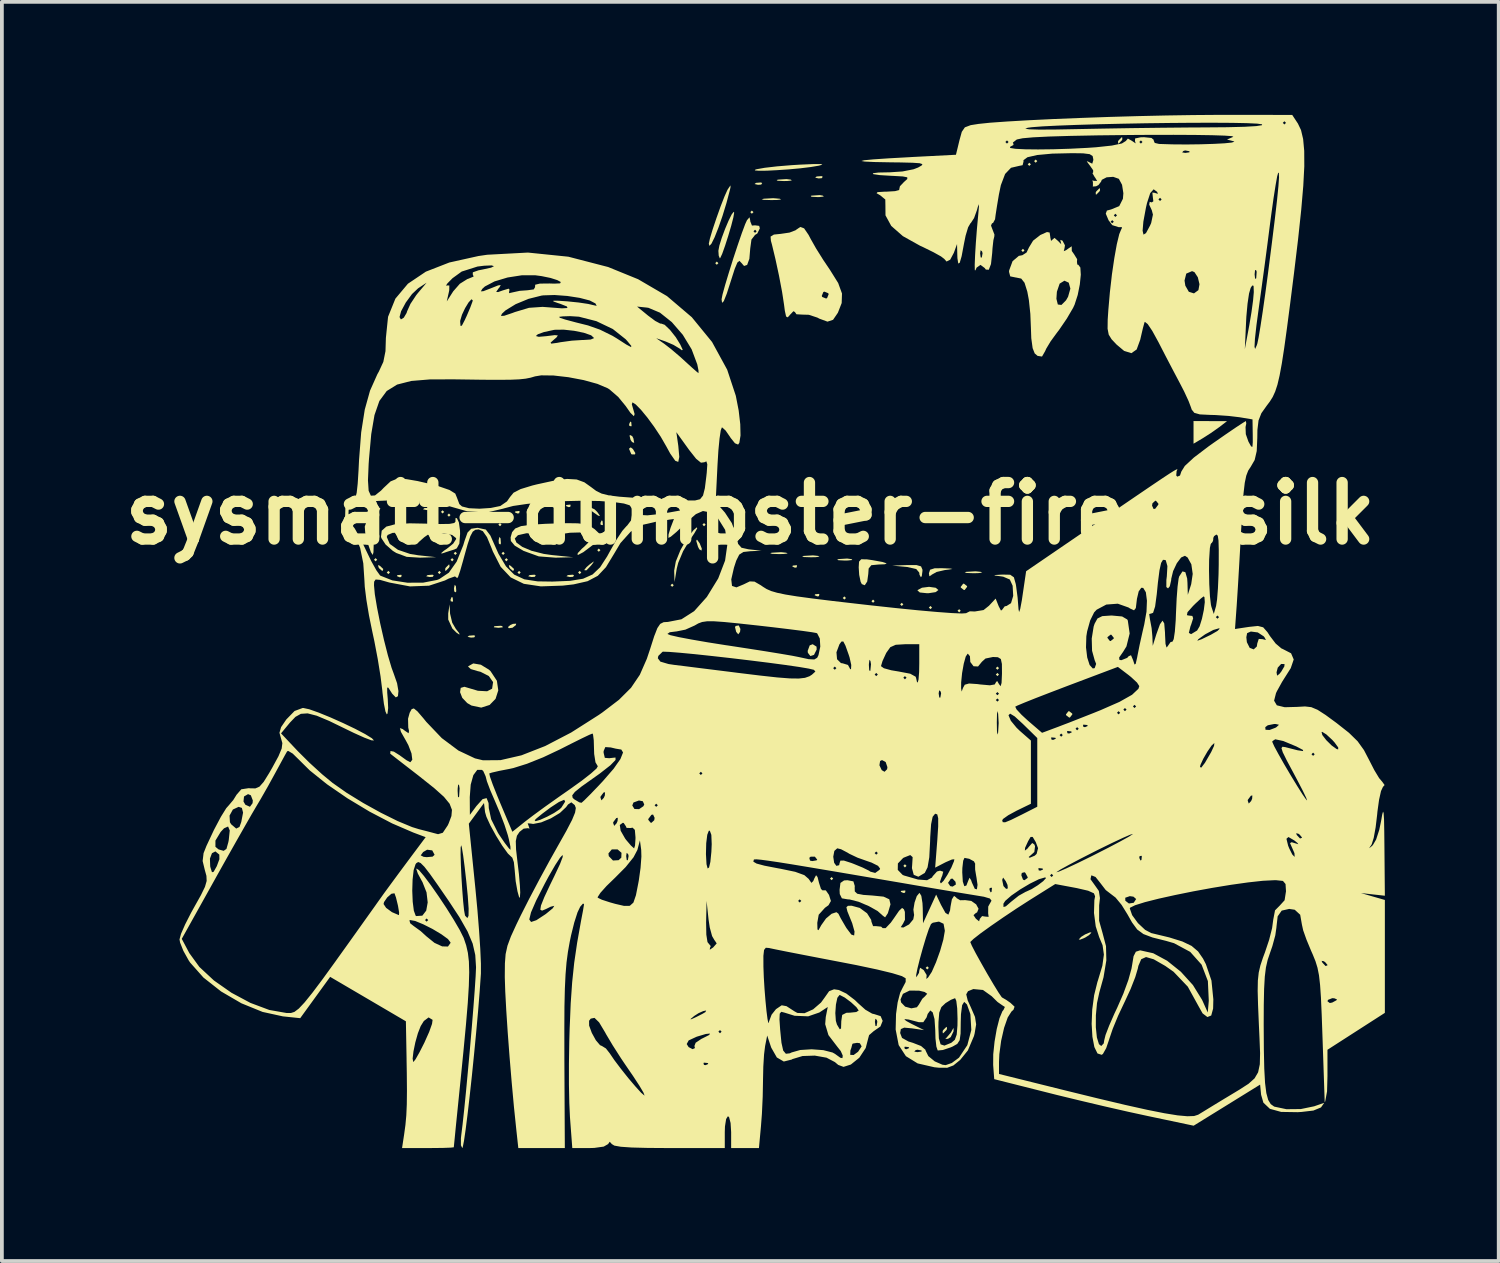
<source format=kicad_pcb>
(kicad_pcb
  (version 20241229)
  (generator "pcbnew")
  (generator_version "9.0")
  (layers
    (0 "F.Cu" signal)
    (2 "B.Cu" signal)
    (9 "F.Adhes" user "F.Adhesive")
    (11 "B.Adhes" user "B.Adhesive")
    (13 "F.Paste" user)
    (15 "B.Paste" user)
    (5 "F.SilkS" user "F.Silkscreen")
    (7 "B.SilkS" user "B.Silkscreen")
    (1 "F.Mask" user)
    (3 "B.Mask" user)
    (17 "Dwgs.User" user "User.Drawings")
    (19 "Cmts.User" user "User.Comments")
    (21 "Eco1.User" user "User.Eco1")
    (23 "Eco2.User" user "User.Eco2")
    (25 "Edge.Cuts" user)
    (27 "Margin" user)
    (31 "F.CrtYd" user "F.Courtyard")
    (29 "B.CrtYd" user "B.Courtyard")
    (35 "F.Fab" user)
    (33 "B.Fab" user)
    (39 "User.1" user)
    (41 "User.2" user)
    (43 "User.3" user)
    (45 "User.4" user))
  (footprint "sysmatt-dumpster-fire-fsilk"
    (layer "F.Cu")
    (at 16.871 10.584)
    (property "Reference" "sysmatt-dumpster-fire-fsilk" (at 0 0 0) (layer "F.SilkS") (effects (font (size 1.5 1.5) (thickness 0.3))))
    (attr board_only exclude_from_pos_files exclude_from_bom)
    (fp_poly (pts (xy -9.906 1.228) (xy -9.948 1.27) (xy -9.991 1.228) (xy -9.948 1.185)) (stroke (width 0) (type solid)) (fill yes) (layer "F.SilkS"))
    (fp_poly (pts (xy -9.821 -0.127) (xy -9.864 -0.085) (xy -9.906 -0.127) (xy -9.864 -0.169)) (stroke (width 0) (type solid)) (fill yes) (layer "F.SilkS"))
    (fp_poly (pts (xy -9.567 1.566) (xy -9.61 1.609) (xy -9.652 1.566) (xy -9.61 1.524)) (stroke (width 0) (type solid)) (fill yes) (layer "F.SilkS"))
    (fp_poly (pts (xy -8.213 1.566) (xy -8.255 1.609) (xy -8.297 1.566) (xy -8.255 1.524)) (stroke (width 0) (type solid)) (fill yes) (layer "F.SilkS"))
    (fp_poly (pts (xy -8.128 -0.042) (xy -8.17 0) (xy -8.213 -0.042) (xy -8.17 -0.085)) (stroke (width 0) (type solid)) (fill yes) (layer "F.SilkS"))
    (fp_poly (pts (xy -7.959 0.042) (xy -8.001 0.085) (xy -8.043 0.042) (xy -8.001 0)) (stroke (width 0) (type solid)) (fill yes) (layer "F.SilkS"))
    (fp_poly (pts (xy -7.874 1.228) (xy -7.916 1.27) (xy -7.959 1.228) (xy -7.916 1.185)) (stroke (width 0) (type solid)) (fill yes) (layer "F.SilkS"))
    (fp_poly (pts (xy -7.789 1.058) (xy -7.832 1.101) (xy -7.874 1.058) (xy -7.832 1.016)) (stroke (width 0) (type solid)) (fill yes) (layer "F.SilkS"))
    (fp_poly (pts (xy -6.604 0.296) (xy -6.646 0.339) (xy -6.689 0.296) (xy -6.646 0.254)) (stroke (width 0) (type solid)) (fill yes) (layer "F.SilkS"))
    (fp_poly (pts (xy -6.519 1.058) (xy -6.562 1.101) (xy -6.604 1.058) (xy -6.562 1.016)) (stroke (width 0) (type solid)) (fill yes) (layer "F.SilkS"))
    (fp_poly (pts (xy -6.435 1.228) (xy -6.477 1.27) (xy -6.519 1.228) (xy -6.477 1.185)) (stroke (width 0) (type solid)) (fill yes) (layer "F.SilkS"))
    (fp_poly (pts (xy -6.35 0.042) (xy -6.392 0.085) (xy -6.435 0.042) (xy -6.392 0)) (stroke (width 0) (type solid)) (fill yes) (layer "F.SilkS"))
    (fp_poly (pts (xy -6.096 1.566) (xy -6.138 1.609) (xy -6.181 1.566) (xy -6.138 1.524)) (stroke (width 0) (type solid)) (fill yes) (layer "F.SilkS"))
    (fp_poly (pts (xy -4.487 1.566) (xy -4.53 1.609) (xy -4.572 1.566) (xy -4.53 1.524)) (stroke (width 0) (type solid)) (fill yes) (layer "F.SilkS"))
    (fp_poly (pts (xy -3.979 0.974) (xy -4.022 1.016) (xy -4.064 0.974) (xy -4.022 0.931)) (stroke (width 0) (type solid)) (fill yes) (layer "F.SilkS"))
    (fp_poly (pts (xy -2.032 1.905) (xy -2.074 1.947) (xy -2.117 1.905) (xy -2.074 1.863)) (stroke (width 0) (type solid)) (fill yes) (layer "F.SilkS"))
    (fp_poly (pts (xy -1.185 0.296) (xy -1.228 0.339) (xy -1.27 0.296) (xy -1.228 0.254)) (stroke (width 0) (type solid)) (fill yes) (layer "F.SilkS"))
    (fp_poly (pts (xy -0.847 -6.646) (xy -0.889 -6.604) (xy -0.931 -6.646) (xy -0.889 -6.689)) (stroke (width 0) (type solid)) (fill yes) (layer "F.SilkS"))
    (fp_poly (pts (xy 0.085 -8.001) (xy 0.042 -7.959) (xy 0 -8.001) (xy 0.042 -8.043)) (stroke (width 0) (type solid)) (fill yes) (layer "F.SilkS"))
    (fp_poly (pts (xy 2.201 9.694) (xy 2.159 9.737) (xy 2.117 9.694) (xy 2.159 9.652)) (stroke (width 0) (type solid)) (fill yes) (layer "F.SilkS"))
    (fp_poly (pts (xy 2.54 2.244) (xy 2.498 2.286) (xy 2.455 2.244) (xy 2.498 2.201)) (stroke (width 0) (type solid)) (fill yes) (layer "F.SilkS"))
    (fp_poly (pts (xy 3.302 2.328) (xy 3.26 2.371) (xy 3.217 2.328) (xy 3.26 2.286)) (stroke (width 0) (type solid)) (fill yes) (layer "F.SilkS"))
    (fp_poly (pts (xy 4.064 2.413) (xy 4.022 2.455) (xy 3.979 2.413) (xy 4.022 2.371)) (stroke (width 0) (type solid)) (fill yes) (layer "F.SilkS"))
    (fp_poly (pts (xy 4.149 9.356) (xy 4.106 9.398) (xy 4.064 9.356) (xy 4.106 9.313)) (stroke (width 0) (type solid)) (fill yes) (layer "F.SilkS"))
    (fp_poly (pts (xy 4.741 12.065) (xy 4.699 12.107) (xy 4.657 12.065) (xy 4.699 12.023)) (stroke (width 0) (type solid)) (fill yes) (layer "F.SilkS"))
    (fp_poly (pts (xy 4.826 2.498) (xy 4.784 2.54) (xy 4.741 2.498) (xy 4.784 2.455)) (stroke (width 0) (type solid)) (fill yes) (layer "F.SilkS"))
    (fp_poly (pts (xy 5.588 2.582) (xy 5.546 2.625) (xy 5.503 2.582) (xy 5.546 2.54)) (stroke (width 0) (type solid)) (fill yes) (layer "F.SilkS"))
    (fp_poly (pts (xy 6.604 4.106) (xy 6.562 4.149) (xy 6.519 4.106) (xy 6.562 4.064)) (stroke (width 0) (type solid)) (fill yes) (layer "F.SilkS"))
    (fp_poly (pts (xy 6.604 4.276) (xy 6.562 4.318) (xy 6.519 4.276) (xy 6.562 4.233)) (stroke (width 0) (type solid)) (fill yes) (layer "F.SilkS"))
    (fp_poly (pts (xy 7.281 -6.985) (xy 7.239 -6.943) (xy 7.197 -6.985) (xy 7.239 -7.027)) (stroke (width 0) (type solid)) (fill yes) (layer "F.SilkS"))
    (fp_poly (pts (xy 7.451 -9.271) (xy 7.408 -9.229) (xy 7.366 -9.271) (xy 7.408 -9.313)) (stroke (width 0) (type solid)) (fill yes) (layer "F.SilkS"))
    (fp_poly (pts (xy 7.62 -9.356) (xy 7.578 -9.313) (xy 7.535 -9.356) (xy 7.578 -9.398)) (stroke (width 0) (type solid)) (fill yes) (layer "F.SilkS"))
    (fp_poly (pts (xy -9.257 1.637) (xy -9.269 1.687) (xy -9.313 1.693) (xy -9.383 1.662) (xy -9.37 1.637) (xy -9.269 1.627)) (stroke (width 0) (type solid)) (fill yes) (layer "F.SilkS"))
    (fp_poly (pts (xy -8.49 -0.136) (xy -8.515 -0.097) (xy -8.601 -0.091) (xy -8.691 -0.112) (xy -8.652 -0.143) (xy -8.52 -0.153)) (stroke (width 0) (type solid)) (fill yes) (layer "F.SilkS"))
    (fp_poly (pts (xy -8.405 1.642) (xy -8.43 1.681) (xy -8.516 1.687) (xy -8.606 1.666) (xy -8.567 1.635) (xy -8.435 1.625)) (stroke (width 0) (type solid)) (fill yes) (layer "F.SilkS"))
    (fp_poly (pts (xy -7.902 2.23) (xy -7.892 2.33) (xy -7.902 2.342) (xy -7.953 2.331) (xy -7.959 2.286) (xy -7.928 2.216)) (stroke (width 0) (type solid)) (fill yes) (layer "F.SilkS"))
    (fp_poly (pts (xy -7.816 1.931) (xy -7.806 2.064) (xy -7.823 2.094) (xy -7.861 2.068) (xy -7.867 1.983) (xy -7.847 1.892)) (stroke (width 0) (type solid)) (fill yes) (layer "F.SilkS"))
    (fp_poly (pts (xy -7.304 3.251) (xy -7.33 3.289) (xy -7.415 3.295) (xy -7.506 3.275) (xy -7.467 3.244) (xy -7.334 3.234)) (stroke (width 0) (type solid)) (fill yes) (layer "F.SilkS"))
    (fp_poly (pts (xy -6.631 0.661) (xy -6.621 0.794) (xy -6.638 0.824) (xy -6.676 0.798) (xy -6.682 0.713) (xy -6.661 0.622)) (stroke (width 0) (type solid)) (fill yes) (layer "F.SilkS"))
    (fp_poly (pts (xy -6.583 2.992) (xy -6.572 3.023) (xy -6.689 3.035) (xy -6.809 3.021) (xy -6.795 2.992) (xy -6.621 2.981)) (stroke (width 0) (type solid)) (fill yes) (layer "F.SilkS"))
    (fp_poly (pts (xy -6.124 -0.056) (xy -6.136 -0.006) (xy -6.181 0) (xy -6.25 -0.031) (xy -6.237 -0.056) (xy -6.137 -0.067)) (stroke (width 0) (type solid)) (fill yes) (layer "F.SilkS"))
    (fp_poly (pts (xy -5.696 -0.136) (xy -5.721 -0.097) (xy -5.807 -0.091) (xy -5.897 -0.112) (xy -5.858 -0.143) (xy -5.726 -0.153)) (stroke (width 0) (type solid)) (fill yes) (layer "F.SilkS"))
    (fp_poly (pts (xy -5.696 1.642) (xy -5.721 1.681) (xy -5.807 1.687) (xy -5.897 1.666) (xy -5.858 1.635) (xy -5.726 1.625)) (stroke (width 0) (type solid)) (fill yes) (layer "F.SilkS"))
    (fp_poly (pts (xy -4.77 -0.226) (xy -4.781 -0.175) (xy -4.826 -0.169) (xy -4.896 -0.2) (xy -4.882 -0.226) (xy -4.782 -0.236)) (stroke (width 0) (type solid)) (fill yes) (layer "F.SilkS"))
    (fp_poly (pts (xy -4.68 1.642) (xy -4.705 1.681) (xy -4.791 1.687) (xy -4.881 1.666) (xy -4.842 1.635) (xy -4.71 1.625)) (stroke (width 0) (type solid)) (fill yes) (layer "F.SilkS"))
    (fp_poly (pts (xy -3.923 0.198) (xy -3.913 0.298) (xy -3.923 0.31) (xy -3.973 0.299) (xy -3.979 0.254) (xy -3.948 0.184)) (stroke (width 0) (type solid)) (fill yes) (layer "F.SilkS"))
    (fp_poly (pts (xy -3.161 -2.427) (xy -3.151 -2.327) (xy -3.161 -2.314) (xy -3.211 -2.326) (xy -3.217 -2.371) (xy -3.186 -2.44)) (stroke (width 0) (type solid)) (fill yes) (layer "F.SilkS"))
    (fp_poly (pts (xy 0.316 -8.772) (xy 0.29 -8.733) (xy 0.205 -8.727) (xy 0.114 -8.748) (xy 0.153 -8.779) (xy 0.286 -8.789)) (stroke (width 0) (type solid)) (fill yes) (layer "F.SilkS"))
    (fp_poly (pts (xy 1.242 1.383) (xy 1.23 1.433) (xy 1.185 1.439) (xy 1.116 1.408) (xy 1.129 1.383) (xy 1.229 1.373)) (stroke (width 0) (type solid)) (fill yes) (layer "F.SilkS"))
    (fp_poly (pts (xy 1.834 2.145) (xy 1.823 2.195) (xy 1.778 2.201) (xy 1.708 2.17) (xy 1.722 2.145) (xy 1.822 2.135)) (stroke (width 0) (type solid)) (fill yes) (layer "F.SilkS"))
    (fp_poly (pts (xy 1.924 -8.941) (xy 1.899 -8.903) (xy 1.813 -8.897) (xy 1.723 -8.917) (xy 1.762 -8.948) (xy 1.894 -8.958)) (stroke (width 0) (type solid)) (fill yes) (layer "F.SilkS"))
    (fp_poly (pts (xy 4.12 10.019) (xy 4.109 10.069) (xy 4.064 10.075) (xy 3.994 10.044) (xy 4.008 10.019) (xy 4.108 10.009)) (stroke (width 0) (type solid)) (fill yes) (layer "F.SilkS"))
    (fp_poly (pts (xy -9.834 1.389) (xy -9.744 1.474) (xy -9.762 1.523) (xy -9.774 1.524) (xy -9.846 1.464) (xy -9.872 1.426) (xy -9.882 1.368)) (stroke (width 0) (type solid)) (fill yes) (layer "F.SilkS"))
    (fp_poly (pts (xy -6.363 1.389) (xy -6.272 1.474) (xy -6.291 1.523) (xy -6.303 1.524) (xy -6.374 1.464) (xy -6.4 1.426) (xy -6.41 1.368)) (stroke (width 0) (type solid)) (fill yes) (layer "F.SilkS"))
    (fp_poly (pts (xy -6.224 2.964) (xy -6.314 3.034) (xy -6.411 3.046) (xy -6.435 3.015) (xy -6.368 2.96) (xy -6.303 2.931) (xy -6.216 2.925)) (stroke (width 0) (type solid)) (fill yes) (layer "F.SilkS"))
    (fp_poly (pts (xy -4.135 -0.111) (xy -4.064 -0.042) (xy -3.989 0.065) (xy -4.038 0.058) (xy -4.186 -0.045) (xy -4.278 -0.137) (xy -4.26 -0.169)) (stroke (width 0) (type solid)) (fill yes) (layer "F.SilkS"))
    (fp_poly (pts (xy -3.135 -2.055) (xy -3.103 -1.993) (xy -3.082 -1.874) (xy -3.139 -1.897) (xy -3.178 -1.953) (xy -3.205 -2.064) (xy -3.194 -2.084)) (stroke (width 0) (type solid)) (fill yes) (layer "F.SilkS"))
    (fp_poly (pts (xy -1.344 0.79) (xy -1.288 0.93) (xy -1.294 0.984) (xy -1.352 0.953) (xy -1.387 0.886) (xy -1.435 0.725) (xy -1.415 0.693)) (stroke (width 0) (type solid)) (fill yes) (layer "F.SilkS"))
    (fp_poly (pts (xy -0.262 3.066) (xy -0.272 3.144) (xy -0.319 3.208) (xy -0.374 3.144) (xy -0.405 3.019) (xy -0.389 2.986) (xy -0.306 2.972)) (stroke (width 0) (type solid)) (fill yes) (layer "F.SilkS"))
    (fp_poly (pts (xy -7.985 1.409) (xy -8.001 1.439) (xy -8.081 1.52) (xy -8.096 1.524) (xy -8.101 1.469) (xy -8.086 1.439) (xy -8.006 1.358) (xy -7.991 1.355)) (stroke (width 0) (type solid)) (fill yes) (layer "F.SilkS"))
    (fp_poly (pts (xy -4.175 1.314) (xy -4.223 1.376) (xy -4.346 1.507) (xy -4.401 1.507) (xy -4.403 1.492) (xy -4.345 1.421) (xy -4.255 1.344) (xy -4.154 1.271)) (stroke (width 0) (type solid)) (fill yes) (layer "F.SilkS"))
    (fp_poly (pts (xy -3.117 -1.712) (xy -3.052 -1.604) (xy -3.061 -1.568) (xy -3.149 -1.57) (xy -3.161 -1.58) (xy -3.217 -1.711) (xy -3.217 -1.724) (xy -3.174 -1.756)) (stroke (width 0) (type solid)) (fill yes) (layer "F.SilkS"))
    (fp_poly (pts (xy 0.784 -8.357) (xy 0.818 -8.337) (xy 0.707 -8.324) (xy 0.55 -8.322) (xy 0.358 -8.328) (xy 0.302 -8.343) (xy 0.361 -8.358) (xy 0.611 -8.372)) (stroke (width 0) (type solid)) (fill yes) (layer "F.SilkS"))
    (fp_poly (pts (xy 0.953 1.041) (xy 0.993 1.062) (xy 0.886 1.075) (xy 0.762 1.078) (xy 0.579 1.071) (xy 0.529 1.054) (xy 0.572 1.041) (xy 0.818 1.027)) (stroke (width 0) (type solid)) (fill yes) (layer "F.SilkS"))
    (fp_poly (pts (xy 1.08 -8.864) (xy 1.1 -8.841) (xy 0.979 -8.828) (xy 0.889 -8.827) (xy 0.725 -8.835) (xy 0.7 -8.854) (xy 0.742 -8.865) (xy 0.962 -8.879)) (stroke (width 0) (type solid)) (fill yes) (layer "F.SilkS"))
    (fp_poly (pts (xy 1.759 3.535) (xy 1.763 3.612) (xy 1.692 3.754) (xy 1.595 3.785) (xy 1.529 3.698) (xy 1.524 3.648) (xy 1.578 3.502) (xy 1.657 3.471)) (stroke (width 0) (type solid)) (fill yes) (layer "F.SilkS"))
    (fp_poly (pts (xy 1.799 1.126) (xy 1.839 1.147) (xy 1.733 1.16) (xy 1.609 1.162) (xy 1.426 1.156) (xy 1.375 1.139) (xy 1.418 1.126) (xy 1.665 1.112)) (stroke (width 0) (type solid)) (fill yes) (layer "F.SilkS"))
    (fp_poly (pts (xy 1.926 -8.44) (xy 1.953 -8.416) (xy 1.835 -8.402) (xy 1.778 -8.402) (xy 1.624 -8.41) (xy 1.606 -8.432) (xy 1.63 -8.44) (xy 1.845 -8.454)) (stroke (width 0) (type solid)) (fill yes) (layer "F.SilkS"))
    (fp_poly (pts (xy 2.689 1.212) (xy 2.709 1.235) (xy 2.587 1.248) (xy 2.498 1.249) (xy 2.334 1.24) (xy 2.309 1.221) (xy 2.35 1.21) (xy 2.571 1.196)) (stroke (width 0) (type solid)) (fill yes) (layer "F.SilkS"))
    (fp_poly (pts (xy 5.223 13.686) (xy 5.207 13.716) (xy 5.127 13.797) (xy 5.112 13.801) (xy 5.107 13.746) (xy 5.122 13.716) (xy 5.202 13.635) (xy 5.217 13.631)) (stroke (width 0) (type solid)) (fill yes) (layer "F.SilkS"))
    (fp_poly (pts (xy 5.396 13.751) (xy 5.322 13.903) (xy 5.249 13.948) (xy 5.178 13.951) (xy 5.215 13.913) (xy 5.332 13.774) (xy 5.362 13.716) (xy 5.399 13.658)) (stroke (width 0) (type solid)) (fill yes) (layer "F.SilkS"))
    (fp_poly (pts (xy 5.755 1.927) (xy 5.757 1.947) (xy 5.693 2.03) (xy 5.673 2.032) (xy 5.59 1.968) (xy 5.588 1.947) (xy 5.652 1.865) (xy 5.673 1.863)) (stroke (width 0) (type solid)) (fill yes) (layer "F.SilkS"))
    (fp_poly (pts (xy 6.117 1.549) (xy 6.157 1.57) (xy 6.051 1.583) (xy 5.927 1.586) (xy 5.744 1.579) (xy 5.693 1.562) (xy 5.736 1.549) (xy 5.983 1.535)) (stroke (width 0) (type solid)) (fill yes) (layer "F.SilkS"))
    (fp_poly (pts (xy 8.549 5.314) (xy 8.551 5.334) (xy 8.487 5.416) (xy 8.467 5.419) (xy 8.384 5.354) (xy 8.382 5.334) (xy 8.446 5.252) (xy 8.467 5.249)) (stroke (width 0) (type solid)) (fill yes) (layer "F.SilkS"))
    (fp_poly (pts (xy 9.059 11.128) (xy 8.994 11.196) (xy 8.89 11.261) (xy 8.759 11.315) (xy 8.721 11.309) (xy 8.786 11.241) (xy 8.89 11.176) (xy 9.021 11.121)) (stroke (width 0) (type solid)) (fill yes) (layer "F.SilkS"))
    (fp_poly (pts (xy 9.287 -8.581) (xy 9.271 -8.551) (xy 9.191 -8.47) (xy 9.176 -8.467) (xy 9.171 -8.521) (xy 9.186 -8.551) (xy 9.266 -8.632) (xy 9.281 -8.636)) (stroke (width 0) (type solid)) (fill yes) (layer "F.SilkS"))
    (fp_poly (pts (xy 9.879 -9.936) (xy 9.864 -9.906) (xy 9.784 -9.825) (xy 9.769 -9.821) (xy 9.763 -9.876) (xy 9.779 -9.906) (xy 9.859 -9.987) (xy 9.874 -9.991)) (stroke (width 0) (type solid)) (fill yes) (layer "F.SilkS"))
    (fp_poly (pts (xy 12.213 -2.453) (xy 12.658 -2.452) (xy 12.452 -2.293) (xy 12.219 -2.129) (xy 12.007 -1.994) (xy 11.769 -1.853) (xy 11.769 -2.154) (xy 11.769 -2.455)) (stroke (width 0) (type solid)) (fill yes) (layer "F.SilkS"))
    (fp_poly (pts (xy -7.971 2.66) (xy -7.914 2.899) (xy -7.819 3.062) (xy -7.728 3.178) (xy -7.721 3.217) (xy -7.803 3.162) (xy -7.91 3.055) (xy -8.02 2.816) (xy -8.02 2.653) (xy -7.984 2.413)) (stroke (width 0) (type solid)) (fill yes) (layer "F.SilkS"))
    (fp_poly (pts (xy 4.923 1.972) (xy 4.995 2.032) (xy 4.921 2.088) (xy 4.737 2.116) (xy 4.694 2.117) (xy 4.501 2.097) (xy 4.44 2.044) (xy 4.445 2.032) (xy 4.559 1.971) (xy 4.746 1.947)) (stroke (width 0) (type solid)) (fill yes) (layer "F.SilkS"))
    (fp_poly (pts (xy 5.314 1.462) (xy 5.366 1.473) (xy 5.264 1.49) (xy 5.165 1.502) (xy 4.949 1.552) (xy 4.814 1.627) (xy 4.807 1.637) (xy 4.755 1.667) (xy 4.743 1.587) (xy 4.774 1.493) (xy 4.897 1.454) (xy 5.101 1.453)) (stroke (width 0) (type solid)) (fill yes) (layer "F.SilkS"))
    (fp_poly (pts (xy -1.41 0.396) (xy -1.488 0.531) (xy -1.608 0.707) (xy -1.783 1) (xy -1.913 1.31) (xy -1.952 1.462) (xy -2.011 1.82) (xy -2.021 1.517) (xy -1.977 1.274) (xy -1.854 0.971) (xy -1.685 0.671) (xy -1.504 0.439) (xy -1.416 0.366)) (stroke (width 0) (type solid)) (fill yes) (layer "F.SilkS"))
    (fp_poly (pts (xy 4.415 1.37) (xy 4.534 1.404) (xy 4.571 1.49) (xy 4.572 1.524) (xy 4.554 1.662) (xy 4.53 1.693) (xy 4.492 1.625) (xy 4.487 1.571) (xy 4.408 1.476) (xy 4.169 1.421) (xy 4.128 1.417) (xy 3.768 1.384) (xy 4.17 1.369)) (stroke (width 0) (type solid)) (fill yes) (layer "F.SilkS"))
    (fp_poly (pts (xy -10.044 0.137) (xy -10.021 0.312) (xy -10.006 0.549) (xy -9.999 0.83) (xy -10.005 1.028) (xy -10.024 1.101) (xy -10.072 1.028) (xy -10.137 0.847) (xy -10.156 0.783) (xy -10.223 0.515) (xy -10.236 0.347) (xy -10.192 0.222) (xy -10.139 0.142) (xy -10.081 0.088)) (stroke (width 0) (type solid)) (fill yes) (layer "F.SilkS"))
    (fp_poly (pts (xy -0.428 -7.989) (xy -0.449 -7.862) (xy -0.506 -7.64) (xy -0.585 -7.372) (xy -0.67 -7.107) (xy -0.746 -6.894) (xy -0.799 -6.781) (xy -0.808 -6.773) (xy -0.838 -6.846) (xy -0.847 -6.974) (xy -0.821 -7.113) (xy -0.757 -7.319) (xy -0.67 -7.553) (xy -0.577 -7.773) (xy -0.495 -7.939) (xy -0.441 -8.01)) (stroke (width 0) (type solid)) (fill yes) (layer "F.SilkS"))
    (fp_poly (pts (xy -0.525 -8.661) (xy -0.54 -8.594) (xy -0.632 -8.246) (xy -0.737 -7.902) (xy -0.846 -7.589) (xy -0.947 -7.334) (xy -1.031 -7.164) (xy -1.085 -7.106) (xy -1.101 -7.163) (xy -1.072 -7.299) (xy -0.999 -7.543) (xy -0.898 -7.844) (xy -0.788 -8.153) (xy -0.684 -8.419) (xy -0.606 -8.593) (xy -0.595 -8.611) (xy -0.526 -8.712)) (stroke (width 0) (type solid)) (fill yes) (layer "F.SilkS"))
    (fp_poly (pts (xy 1.879 -9.278) (xy 1.913 -9.261) (xy 1.82 -9.235) (xy 1.604 -9.199) (xy 1.327 -9.165) (xy 1.019 -9.137) (xy 0.713 -9.116) (xy 0.44 -9.102) (xy 0.232 -9.1) (xy 0.12 -9.109) (xy 0.136 -9.132) (xy 0.169 -9.141) (xy 0.383 -9.179) (xy 0.712 -9.217) (xy 1.101 -9.249) (xy 1.312 -9.262) (xy 1.679 -9.278)) (stroke (width 0) (type solid)) (fill yes) (layer "F.SilkS"))
    (fp_poly (pts (xy 3.1 1.218) (xy 3.239 1.238) (xy 3.509 1.287) (xy 3.622 1.324) (xy 3.574 1.348) (xy 3.401 1.355) (xy 3.214 1.373) (xy 3.143 1.461) (xy 3.133 1.604) (xy 3.105 1.806) (xy 3.04 1.905) (xy 2.962 1.875) (xy 2.93 1.813) (xy 2.892 1.631) (xy 2.879 1.431) (xy 2.888 1.278) (xy 2.946 1.215)) (stroke (width 0) (type solid)) (fill yes) (layer "F.SilkS"))
    (fp_poly (pts (xy 2.738 9.768) (xy 2.775 9.891) (xy 2.772 9.927) (xy 2.775 10.035) (xy 2.84 10.096) (xy 3.004 10.127) (xy 3.239 10.143) (xy 3.538 10.173) (xy 3.691 10.243) (xy 3.723 10.378) (xy 3.655 10.606) (xy 3.649 10.62) (xy 3.58 10.723) (xy 3.523 10.682) (xy 3.383 10.557) (xy 3.145 10.423) (xy 2.875 10.309) (xy 2.638 10.248) (xy 2.586 10.245) (xy 2.432 10.218) (xy 2.376 10.104) (xy 2.371 9.991) (xy 2.394 9.809) (xy 2.49 9.743) (xy 2.581 9.737)) (stroke (width 0) (type solid)) (fill yes) (layer "F.SilkS"))
    (fp_poly (pts (xy -7.155 4.015) (xy -6.941 4.145) (xy -6.896 4.187) (xy -6.728 4.441) (xy -6.691 4.696) (xy -6.763 4.921) (xy -6.922 5.084) (xy -7.143 5.154) (xy -7.403 5.099) (xy -7.516 5.033) (xy -7.647 4.895) (xy -7.706 4.744) (xy -7.688 4.63) (xy -7.59 4.601) (xy -7.556 4.611) (xy -7.232 4.707) (xy -6.987 4.72) (xy -6.855 4.652) (xy -6.829 4.477) (xy -6.942 4.316) (xy -7.167 4.202) (xy -7.239 4.185) (xy -7.42 4.131) (xy -7.491 4.067) (xy -7.487 4.055) (xy -7.355 3.981)) (stroke (width 0) (type solid)) (fill yes) (layer "F.SilkS"))
    (fp_poly (pts (xy -0.002 -7.783) (xy -0.001 -7.759) (xy 0.044 -7.645) (xy 0.127 -7.651) (xy 0.236 -7.637) (xy 0.254 -7.572) (xy 0.186 -7.433) (xy 0.127 -7.397) (xy 0.031 -7.273) (xy -0.001 -7.039) (xy -0.024 -6.763) (xy -0.083 -6.6) (xy -0.165 -6.572) (xy -0.236 -6.654) (xy -0.288 -6.708) (xy -0.343 -6.663) (xy -0.413 -6.495) (xy -0.508 -6.198) (xy -0.624 -5.837) (xy -0.704 -5.637) (xy -0.749 -5.593) (xy -0.762 -5.688) (xy -0.736 -5.819) (xy -0.667 -6.069) (xy -0.568 -6.398) (xy -0.453 -6.765) (xy -0.333 -7.128) (xy -0.223 -7.448) (xy -0.206 -7.493) (xy 0.085 -7.493) (xy 0.127 -7.451) (xy 0.169 -7.493) (xy 0.127 -7.535) (xy 0.085 -7.493) (xy -0.206 -7.493) (xy -0.135 -7.684) (xy -0.087 -7.789) (xy -0.02 -7.865)) (stroke (width 0) (type solid)) (fill yes) (layer "F.SilkS"))
    (fp_poly (pts (xy 1.429 -7.571) (xy 1.546 -7.4) (xy 1.606 -7.286) (xy 1.747 -7.037) (xy 1.942 -6.726) (xy 2.116 -6.468) (xy 2.334 -6.119) (xy 2.435 -5.841) (xy 2.427 -5.588) (xy 2.326 -5.33) (xy 2.198 -5.143) (xy 2.05 -5.094) (xy 1.834 -5.173) (xy 1.782 -5.201) (xy 1.555 -5.276) (xy 1.379 -5.281) (xy 1.225 -5.29) (xy 1.185 -5.349) (xy 1.146 -5.371) (xy 1.066 -5.288) (xy 0.995 -5.208) (xy 0.951 -5.23) (xy 0.918 -5.381) (xy 0.896 -5.547) (xy 0.861 -5.777) (xy 1.898 -5.777) (xy 1.909 -5.75) (xy 2.012 -5.708) (xy 2.039 -5.719) (xy 2.081 -5.822) (xy 2.07 -5.849) (xy 1.967 -5.891) (xy 1.94 -5.88) (xy 1.898 -5.777) (xy 0.861 -5.777) (xy 0.844 -5.886) (xy 0.763 -6.313) (xy 0.668 -6.755) (xy 0.576 -7.138) (xy 0.548 -7.239) (xy 0.539 -7.352) (xy 0.627 -7.406) (xy 0.813 -7.425) (xy 1.043 -7.459) (xy 1.202 -7.52) (xy 1.215 -7.531) (xy 1.328 -7.608)) (stroke (width 0) (type solid)) (fill yes) (layer "F.SilkS"))
    (fp_poly (pts (xy -7.788 0.128) (xy -7.737 0.237) (xy -7.707 0.451) (xy -7.705 0.545) (xy -7.724 0.798) (xy -7.793 0.925) (xy -7.853 0.954) (xy -8.061 1.02) (xy -8.17 1.058) (xy -8.215 1.058) (xy -8.132 0.987) (xy -8.058 0.938) (xy -7.888 0.8) (xy -7.81 0.679) (xy -7.811 0.654) (xy -7.916 0.571) (xy -8.12 0.527) (xy -8.356 0.523) (xy -8.559 0.562) (xy -8.655 0.629) (xy -8.788 0.746) (xy -8.939 0.738) (xy -9.029 0.635) (xy -9.131 0.549) (xy -9.309 0.509) (xy -9.498 0.515) (xy -9.629 0.57) (xy -9.652 0.622) (xy -9.573 0.807) (xy -9.355 0.964) (xy -9.029 1.075) (xy -8.818 1.109) (xy -8.34 1.16) (xy -8.772 1.173) (xy -9.123 1.151) (xy -9.4 1.048) (xy -9.491 0.992) (xy -9.682 0.825) (xy -9.795 0.654) (xy -9.805 0.617) (xy -9.786 0.457) (xy -9.664 0.348) (xy -9.422 0.284) (xy -9.044 0.261) (xy -8.622 0.269) (xy -8.232 0.28) (xy -7.985 0.276) (xy -7.858 0.252) (xy -7.824 0.207) (xy -7.829 0.189) (xy -7.824 0.117)) (stroke (width 0) (type solid)) (fill yes) (layer "F.SilkS"))
    (fp_poly (pts (xy -4.578 0.261) (xy -4.39 0.285) (xy -4.257 0.334) (xy -4.139 0.412) (xy -4.128 0.421) (xy -3.971 0.569) (xy -3.896 0.688) (xy -3.895 0.698) (xy -3.929 0.749) (xy -3.949 0.736) (xy -4.041 0.75) (xy -4.202 0.852) (xy -4.252 0.891) (xy -4.433 1.027) (xy -4.568 1.098) (xy -4.585 1.101) (xy -4.582 1.054) (xy -4.473 0.937) (xy -4.409 0.881) (xy -4.256 0.727) (xy -4.192 0.608) (xy -4.196 0.585) (xy -4.313 0.527) (xy -4.532 0.504) (xy -4.789 0.511) (xy -5.023 0.547) (xy -5.173 0.607) (xy -5.195 0.635) (xy -5.309 0.742) (xy -5.475 0.749) (xy -5.606 0.659) (xy -5.621 0.63) (xy -5.737 0.532) (xy -5.941 0.524) (xy -6.169 0.576) (xy -6.253 0.664) (xy -6.209 0.772) (xy -6.054 0.886) (xy -5.806 0.991) (xy -5.482 1.073) (xy -5.262 1.104) (xy -4.699 1.161) (xy -5.168 1.173) (xy -5.615 1.139) (xy -6.014 0.995) (xy -6.015 0.995) (xy -6.253 0.854) (xy -6.357 0.73) (xy -6.364 0.635) (xy -6.324 0.495) (xy -6.241 0.398) (xy -6.085 0.335) (xy -5.828 0.298) (xy -5.44 0.274) (xy -5.268 0.268) (xy -4.857 0.257)) (stroke (width 0) (type solid)) (fill yes) (layer "F.SilkS"))
    (fp_poly (pts (xy 7.948 -7.46) (xy 7.965 -7.347) (xy 7.965 -7.338) (xy 7.986 -7.237) (xy 8.016 -7.265) (xy 8.077 -7.318) (xy 8.181 -7.228) (xy 8.185 -7.222) (xy 8.257 -7.149) (xy 8.248 -7.189) (xy 8.231 -7.266) (xy 8.29 -7.244) (xy 8.355 -7.121) (xy 8.344 -7.049) (xy 8.324 -6.965) (xy 8.395 -6.998) (xy 8.444 -7.034) (xy 8.536 -7.096) (xy 8.534 -7.078) (xy 8.537 -6.97) (xy 8.598 -6.883) (xy 8.679 -6.751) (xy 8.674 -6.682) (xy 8.683 -6.609) (xy 8.709 -6.604) (xy 8.764 -6.531) (xy 8.776 -6.341) (xy 8.75 -6.083) (xy 8.694 -5.802) (xy 8.611 -5.545) (xy 8.572 -5.461) (xy 8.404 -5.174) (xy 8.199 -4.874) (xy 8.14 -4.797) (xy 7.975 -4.571) (xy 7.856 -4.373) (xy 7.829 -4.311) (xy 7.746 -4.167) (xy 7.628 -4.185) (xy 7.552 -4.25) (xy 7.497 -4.39) (xy 7.461 -4.653) (xy 7.451 -4.932) (xy 7.436 -5.3) (xy 7.398 -5.661) (xy 7.391 -5.701) (xy 8.128 -5.701) (xy 8.166 -5.549) (xy 8.261 -5.537) (xy 8.384 -5.661) (xy 8.438 -5.755) (xy 8.499 -5.971) (xy 8.455 -6.129) (xy 8.34 -6.181) (xy 8.214 -6.103) (xy 8.141 -5.888) (xy 8.128 -5.701) (xy 7.391 -5.701) (xy 7.356 -5.889) (xy 7.282 -6.126) (xy 7.194 -6.237) (xy 7.059 -6.265) (xy 7.054 -6.265) (xy 6.902 -6.296) (xy 6.87 -6.418) (xy 6.874 -6.456) (xy 6.964 -6.699) (xy 7.13 -6.84) (xy 7.224 -6.858) (xy 7.336 -6.93) (xy 7.399 -7.063) (xy 7.509 -7.244) (xy 7.701 -7.394) (xy 7.705 -7.396) (xy 7.877 -7.473)) (stroke (width 0) (type solid)) (fill yes) (layer "F.SilkS"))
    (fp_poly (pts (xy 14.389 -10.583) (xy 14.54 -10.354) (xy 14.623 -10.18) (xy 14.679 -9.943) (xy 14.708 -9.627) (xy 14.71 -9.217) (xy 14.683 -8.7) (xy 14.628 -8.059) (xy 14.545 -7.281) (xy 14.438 -6.392) (xy 14.336 -5.583) (xy 14.25 -4.924) (xy 14.177 -4.396) (xy 14.113 -3.982) (xy 14.054 -3.663) (xy 13.997 -3.42) (xy 13.937 -3.237) (xy 13.871 -3.093) (xy 13.795 -2.972) (xy 13.712 -2.862) (xy 13.57 -2.662) (xy 13.495 -2.47) (xy 13.465 -2.219) (xy 13.462 -2.006) (xy 13.447 -1.658) (xy 13.392 -1.42) (xy 13.287 -1.239) (xy 13.22 -1.137) (xy 13.169 -1.004) (xy 13.129 -0.814) (xy 13.097 -0.538) (xy 13.067 -0.15) (xy 13.037 0.38) (xy 13.035 0.402) (xy 13.006 0.932) (xy 12.976 1.457) (xy 12.948 1.93) (xy 12.924 2.304) (xy 12.915 2.444) (xy 12.87 3.067) (xy 13.241 3.011) (xy 13.478 2.986) (xy 13.618 3.022) (xy 13.731 3.15) (xy 13.796 3.251) (xy 13.95 3.453) (xy 14.103 3.583) (xy 14.136 3.597) (xy 14.359 3.712) (xy 14.429 3.876) (xy 14.35 4.107) (xy 14.283 4.213) (xy 14.121 4.469) (xy 13.985 4.715) (xy 13.959 4.769) (xy 13.908 4.97) (xy 13.981 5.093) (xy 14.19 5.144) (xy 14.52 5.135) (xy 14.729 5.123) (xy 14.895 5.142) (xy 15.062 5.212) (xy 15.276 5.35) (xy 15.565 5.562) (xy 15.896 5.823) (xy 16.125 6.047) (xy 16.294 6.282) (xy 16.429 6.541) (xy 16.569 6.814) (xy 16.697 7.026) (xy 16.782 7.126) (xy 16.842 7.21) (xy 16.798 7.26) (xy 16.747 7.369) (xy 16.695 7.602) (xy 16.652 7.914) (xy 16.644 7.999) (xy 16.604 8.334) (xy 16.553 8.613) (xy 16.499 8.785) (xy 16.488 8.803) (xy 16.43 8.887) (xy 16.478 8.853) (xy 16.53 8.805) (xy 16.617 8.656) (xy 16.7 8.401) (xy 16.748 8.17) (xy 16.779 7.992) (xy 16.801 7.915) (xy 16.816 7.954) (xy 16.827 8.121) (xy 16.833 8.43) (xy 16.838 8.895) (xy 16.838 8.906) (xy 16.849 10.149) (xy 16.531 10.114) (xy 16.214 10.078) (xy 16.531 10.17) (xy 16.849 10.261) (xy 16.849 11.76) (xy 16.849 13.259) (xy 16.087 13.749) (xy 15.325 14.239) (xy 15.325 14.941) (xy 15.314 15.345) (xy 15.265 15.611) (xy 15.252 15.629) (xy 15.193 13.896) (xy 15.172 13.305) (xy 15.156 12.951) (xy 15.325 12.951) (xy 15.387 12.998) (xy 15.452 12.985) (xy 15.563 12.925) (xy 15.579 12.903) (xy 15.51 12.873) (xy 15.452 12.869) (xy 15.339 12.914) (xy 15.325 12.951) (xy 15.156 12.951) (xy 15.152 12.854) (xy 15.129 12.516) (xy 15.1 12.261) (xy 15.06 12.06) (xy 15.006 11.885) (xy 15.003 11.878) (xy 15.169 11.878) (xy 15.19 11.925) (xy 15.275 12.016) (xy 15.324 11.997) (xy 15.325 11.985) (xy 15.265 11.914) (xy 15.227 11.888) (xy 15.169 11.878) (xy 15.003 11.878) (xy 14.934 11.708) (xy 14.89 11.609) (xy 14.768 11.315) (xy 14.68 11.067) (xy 14.647 10.917) (xy 14.601 10.654) (xy 14.456 10.521) (xy 14.309 10.499) (xy 14.11 10.544) (xy 14.003 10.696) (xy 13.97 10.982) (xy 13.97 10.992) (xy 13.94 11.2) (xy 13.863 11.484) (xy 13.801 11.664) (xy 13.737 11.853) (xy 13.691 12.054) (xy 13.661 12.299) (xy 13.643 12.62) (xy 13.634 13.049) (xy 13.632 13.569) (xy 13.636 14.228) (xy 13.647 14.737) (xy 13.668 15.118) (xy 13.702 15.389) (xy 13.751 15.57) (xy 13.819 15.682) (xy 13.907 15.745) (xy 13.919 15.75) (xy 14.236 15.817) (xy 14.618 15.813) (xy 14.976 15.739) (xy 14.98 15.737) (xy 15.24 15.647) (xy 15.153 15.77) (xy 14.951 15.853) (xy 14.634 15.89) (xy 14.533 15.896) (xy 14.095 15.889) (xy 13.797 15.807) (xy 13.624 15.644) (xy 13.563 15.433) (xy 13.537 15.164) (xy 12.654 15.71) (xy 11.772 16.255) (xy 10.564 16) (xy 10.039 15.886) (xy 9.416 15.744) (xy 8.761 15.589) (xy 8.138 15.438) (xy 7.916 15.382) (xy 6.477 15.019) (xy 6.449 14.642) (xy 6.451 14.358) (xy 6.486 14.023) (xy 6.544 13.687) (xy 6.617 13.402) (xy 6.694 13.216) (xy 6.724 13.18) (xy 6.76 13.102) (xy 6.7 13.064) (xy 6.565 12.97) (xy 6.41 12.817) (xy 6.178 12.651) (xy 5.922 12.627) (xy 5.781 12.684) (xy 5.734 12.767) (xy 5.773 12.929) (xy 5.859 13.117) (xy 5.967 13.367) (xy 5.997 13.565) (xy 5.957 13.806) (xy 5.939 13.876) (xy 5.777 14.257) (xy 5.573 14.509) (xy 5.393 14.655) (xy 5.229 14.717) (xy 5.003 14.715) (xy 4.887 14.703) (xy 4.444 14.601) (xy 4.132 14.409) (xy 4.053 14.288) (xy 4.355 14.288) (xy 4.438 14.302) (xy 4.548 14.286) (xy 4.549 14.258) (xy 4.436 14.237) (xy 4.387 14.251) (xy 4.355 14.288) (xy 4.053 14.288) (xy 3.975 14.168) (xy 4.092 14.168) (xy 4.104 14.218) (xy 4.149 14.224) (xy 4.218 14.193) (xy 4.205 14.168) (xy 4.105 14.157) (xy 4.092 14.168) (xy 3.975 14.168) (xy 3.94 14.114) (xy 3.878 13.794) (xy 3.979 13.794) (xy 4.029 13.924) (xy 4.2 14.019) (xy 4.318 14.055) (xy 4.534 14.139) (xy 4.649 14.237) (xy 4.657 14.265) (xy 4.728 14.408) (xy 4.898 14.547) (xy 5.102 14.636) (xy 5.187 14.647) (xy 5.351 14.59) (xy 5.536 14.453) (xy 5.544 14.445) (xy 5.763 14.116) (xy 5.869 13.714) (xy 5.845 13.304) (xy 5.836 13.269) (xy 5.753 13.036) (xy 5.68 12.967) (xy 5.625 13.055) (xy 5.594 13.296) (xy 5.588 13.508) (xy 5.584 13.807) (xy 5.56 13.984) (xy 5.496 14.083) (xy 5.373 14.153) (xy 5.314 14.178) (xy 5.114 14.245) (xy 4.984 14.257) (xy 4.975 14.254) (xy 4.941 14.154) (xy 4.917 13.937) (xy 4.911 13.711) (xy 4.906 13.636) (xy 4.995 13.636) (xy 5.007 13.939) (xy 5.054 14.095) (xy 5.155 14.128) (xy 5.327 14.058) (xy 5.34 14.052) (xy 5.431 13.974) (xy 5.481 13.836) (xy 5.501 13.594) (xy 5.503 13.417) (xy 5.494 13.137) (xy 5.47 12.94) (xy 5.438 12.869) (xy 5.326 12.913) (xy 5.184 13.001) (xy 5.074 13.105) (xy 5.017 13.254) (xy 4.997 13.501) (xy 4.995 13.636) (xy 4.906 13.636) (xy 4.892 13.424) (xy 4.844 13.247) (xy 4.78 13.195) (xy 4.71 13.288) (xy 4.681 13.38) (xy 4.594 13.507) (xy 4.477 13.507) (xy 4.205 13.436) (xy 4.09 13.424) (xy 4.132 13.469) (xy 4.276 13.548) (xy 4.614 13.717) (xy 4.297 13.671) (xy 4.088 13.651) (xy 3.998 13.69) (xy 3.979 13.794) (xy 3.878 13.794) (xy 3.86 13.701) (xy 3.87 13.29) (xy 3.913 12.981) (xy 3.933 12.904) (xy 3.989 12.904) (xy 4.005 12.983) (xy 4.112 13.094) (xy 4.277 13.139) (xy 4.424 13.11) (xy 4.476 13.041) (xy 4.568 12.885) (xy 4.637 12.821) (xy 4.698 12.752) (xy 4.628 12.704) (xy 4.483 12.67) (xy 4.231 12.667) (xy 4.053 12.754) (xy 3.989 12.904) (xy 3.933 12.904) (xy 3.979 12.726) (xy 4.043 12.597) (xy 4.126 12.438) (xy 4.126 12.341) (xy 4.027 12.284) (xy 3.937 12.256) (xy 4.404 12.256) (xy 4.409 12.315) (xy 4.409 12.315) (xy 4.48 12.197) (xy 4.487 12.141) (xy 4.509 12.061) (xy 4.597 12.118) (xy 4.605 12.125) (xy 4.683 12.254) (xy 4.678 12.319) (xy 4.674 12.359) (xy 4.722 12.319) (xy 4.819 12.171) (xy 4.932 11.915) (xy 5.041 11.612) (xy 5.107 11.38) (xy 5.842 11.38) (xy 5.882 11.475) (xy 5.985 11.674) (xy 6.131 11.937) (xy 6.294 12.224) (xy 6.454 12.496) (xy 6.588 12.714) (xy 6.672 12.837) (xy 6.686 12.851) (xy 6.798 12.916) (xy 6.909 12.994) (xy 7.017 13.095) (xy 6.988 13.177) (xy 6.935 13.224) (xy 6.835 13.382) (xy 6.739 13.657) (xy 6.661 13.999) (xy 6.613 14.356) (xy 6.604 14.559) (xy 6.604 14.881) (xy 8.361 15.318) (xy 9.23 15.531) (xy 9.95 15.702) (xy 10.534 15.832) (xy 10.995 15.924) (xy 11.349 15.981) (xy 11.607 16.004) (xy 11.784 15.998) (xy 11.893 15.963) (xy 11.896 15.961) (xy 12.047 15.869) (xy 12.295 15.717) (xy 12.591 15.537) (xy 12.658 15.497) (xy 12.989 15.297) (xy 13.229 15.142) (xy 13.389 14.999) (xy 13.484 14.837) (xy 13.529 14.624) (xy 13.536 14.327) (xy 13.52 13.915) (xy 13.503 13.548) (xy 13.482 13.046) (xy 13.472 12.676) (xy 13.477 12.402) (xy 13.5 12.189) (xy 13.544 12) (xy 13.611 11.797) (xy 13.665 11.653) (xy 13.776 11.321) (xy 13.855 11.01) (xy 13.885 10.788) (xy 13.933 10.537) (xy 14.055 10.414) (xy 14.187 10.269) (xy 14.224 10.03) (xy 14.212 9.838) (xy 14.143 9.756) (xy 13.966 9.737) (xy 13.908 9.737) (xy 13.61 9.752) (xy 13.219 9.795) (xy 12.763 9.859) (xy 12.269 9.94) (xy 11.766 10.032) (xy 11.282 10.13) (xy 10.844 10.227) (xy 10.48 10.319) (xy 10.218 10.401) (xy 10.086 10.466) (xy 10.076 10.484) (xy 10.139 10.665) (xy 10.293 10.876) (xy 10.484 11.055) (xy 10.644 11.14) (xy 11.126 11.256) (xy 11.473 11.364) (xy 11.717 11.481) (xy 11.889 11.627) (xy 12.021 11.818) (xy 12.097 11.966) (xy 12.245 12.401) (xy 12.295 12.9) (xy 12.289 13.145) (xy 12.239 13.329) (xy 12.137 13.37) (xy 12.009 13.272) (xy 11.899 13.076) (xy 11.617 12.564) (xy 11.239 12.168) (xy 11.019 12.013) (xy 10.713 11.837) (xy 10.508 11.777) (xy 10.38 11.835) (xy 10.304 12.012) (xy 10.29 12.081) (xy 10.222 12.31) (xy 10.099 12.624) (xy 9.945 12.958) (xy 9.929 12.991) (xy 9.766 13.337) (xy 9.624 13.681) (xy 9.532 13.952) (xy 9.529 13.964) (xy 9.45 14.196) (xy 9.364 14.348) (xy 9.331 14.373) (xy 9.219 14.337) (xy 9.136 14.167) (xy 9.084 13.894) (xy 9.064 13.552) (xy 9.079 13.173) (xy 9.13 12.79) (xy 9.218 12.435) (xy 9.229 12.404) (xy 9.348 12.009) (xy 9.389 11.712) (xy 9.354 11.463) (xy 9.263 11.246) (xy 9.172 10.962) (xy 9.126 10.606) (xy 9.136 10.267) (xy 9.155 10.165) (xy 9.124 10.085) (xy 8.971 10.016) (xy 8.673 9.947) (xy 8.642 9.941) (xy 8.097 9.839) (xy 7.414 10.267) (xy 7.069 10.489) (xy 6.719 10.723) (xy 6.392 10.949) (xy 6.118 11.146) (xy 5.926 11.296) (xy 5.843 11.376) (xy 5.842 11.38) (xy 5.107 11.38) (xy 5.125 11.318) (xy 5.164 11.093) (xy 5.165 11.07) (xy 5.132 10.893) (xy 5.015 10.838) (xy 5 10.837) (xy 4.846 10.866) (xy 4.798 10.901) (xy 4.74 11.035) (xy 4.664 11.262) (xy 4.581 11.54) (xy 4.502 11.826) (xy 4.439 12.079) (xy 4.404 12.256) (xy 3.937 12.256) (xy 3.77 12.205) (xy 3.365 12.107) (xy 2.823 11.992) (xy 2.373 11.905) (xy 1.847 11.804) (xy 1.371 11.712) (xy 0.971 11.634) (xy 0.677 11.575) (xy 0.515 11.541) (xy 0.501 11.537) (xy 0.413 11.53) (xy 0.366 11.588) (xy 0.348 11.746) (xy 0.349 12.034) (xy 0.359 12.312) (xy 0.378 12.622) (xy 0.403 12.932) (xy 0.43 13.208) (xy 0.457 13.419) (xy 0.479 13.53) (xy 0.494 13.51) (xy 0.495 13.496) (xy 0.518 13.434) (xy 0.775 13.434) (xy 0.793 13.702) (xy 0.828 14.054) (xy 0.874 14.26) (xy 0.945 14.345) (xy 1.05 14.333) (xy 1.1 14.309) (xy 1.326 14.245) (xy 1.629 14.226) (xy 1.939 14.249) (xy 2.185 14.312) (xy 2.249 14.348) (xy 2.393 14.452) (xy 2.447 14.461) (xy 2.455 14.393) (xy 2.447 14.374) (xy 2.654 14.374) (xy 2.744 14.378) (xy 2.862 14.292) (xy 2.957 14.148) (xy 2.909 14.065) (xy 2.836 14.055) (xy 2.723 14.074) (xy 2.709 14.09) (xy 2.683 14.19) (xy 2.658 14.259) (xy 2.654 14.374) (xy 2.447 14.374) (xy 2.402 14.273) (xy 2.307 14.153) (xy 2.075 13.849) (xy 1.989 13.56) (xy 2.004 13.371) (xy 2.025 13.264) (xy 2.258 13.264) (xy 2.272 13.47) (xy 2.301 13.568) (xy 2.376 13.695) (xy 2.41 13.673) (xy 2.416 13.497) (xy 3.309 13.497) (xy 3.324 13.607) (xy 3.353 13.608) (xy 3.373 13.495) (xy 3.36 13.446) (xy 3.322 13.414) (xy 3.309 13.497) (xy 2.416 13.497) (xy 2.416 13.494) (xy 2.416 13.483) (xy 2.44 13.314) (xy 2.552 13.257) (xy 2.646 13.254) (xy 2.815 13.237) (xy 2.879 13.196) (xy 2.817 13.107) (xy 2.674 12.976) (xy 2.509 12.853) (xy 2.383 12.787) (xy 2.369 12.785) (xy 2.312 12.859) (xy 2.274 13.039) (xy 2.258 13.264) (xy 2.025 13.264) (xy 2.057 13.103) (xy 1.834 13.249) (xy 1.538 13.351) (xy 1.176 13.336) (xy 0.906 13.252) (xy 0.823 13.231) (xy 0.782 13.28) (xy 0.775 13.434) (xy 0.518 13.434) (xy 0.566 13.307) (xy 0.682 13.161) (xy 0.834 13.058) (xy 0.961 13.081) (xy 1 13.106) (xy 1.171 13.217) (xy 1.25 13.261) (xy 1.44 13.268) (xy 1.668 13.166) (xy 1.878 12.985) (xy 1.97 12.859) (xy 2.093 12.684) (xy 2.224 12.633) (xy 2.351 12.652) (xy 2.55 12.746) (xy 2.778 12.92) (xy 2.859 12.999) (xy 3.056 13.175) (xy 3.235 13.279) (xy 3.294 13.293) (xy 3.461 13.346) (xy 3.515 13.472) (xy 3.456 13.62) (xy 3.287 13.738) (xy 3.281 13.741) (xy 3.155 13.85) (xy 3.133 13.929) (xy 3.065 14.192) (xy 2.895 14.45) (xy 2.673 14.629) (xy 2.661 14.634) (xy 2.476 14.693) (xy 2.335 14.641) (xy 2.247 14.566) (xy 2.024 14.449) (xy 1.713 14.394) (xy 1.388 14.405) (xy 1.12 14.486) (xy 1.099 14.499) (xy 0.89 14.551) (xy 0.705 14.443) (xy 0.558 14.185) (xy 0.542 14.14) (xy 0.449 13.861) (xy 0.394 14.138) (xy 0.366 14.361) (xy 0.346 14.685) (xy 0.338 15.042) (xy 0.338 15.06) (xy 0.33 15.482) (xy 0.309 15.937) (xy 0.283 16.277) (xy 0.23 16.849) (xy -0.139 16.849) (xy -0.508 16.849) (xy -0.508 16.425) (xy -0.523 16.184) (xy -0.562 16.031) (xy -0.593 16.002) (xy -0.641 16.078) (xy -0.672 16.273) (xy -0.677 16.425) (xy -0.677 16.849) (xy -2.152 16.849) (xy -2.728 16.845) (xy -3.151 16.834) (xy -3.439 16.814) (xy -3.608 16.784) (xy -3.676 16.743) (xy -3.676 16.743) (xy -3.732 16.681) (xy -3.775 16.743) (xy -3.891 16.81) (xy -4.142 16.845) (xy -4.275 16.849) (xy -4.726 16.849) (xy -4.788 16.023) (xy -4.805 15.652) (xy -4.815 15.163) (xy -4.815 14.603) (xy -4.806 14.024) (xy -4.796 13.674) (xy -4.787 13.469) (xy -4.28 13.469) (xy -4.279 13.597) (xy -4.208 13.79) (xy -4.101 13.985) (xy -3.989 14.117) (xy -3.938 14.139) (xy -3.833 14.204) (xy -3.734 14.33) (xy -3.608 14.515) (xy -3.432 14.748) (xy -3.237 14.993) (xy -3.049 15.214) (xy -2.899 15.379) (xy -2.815 15.451) (xy -2.808 15.451) (xy -2.838 15.372) (xy -2.947 15.188) (xy -3.114 14.933) (xy -3.206 14.799) (xy -3.348 14.591) (xy -1.242 14.591) (xy -1.23 14.641) (xy -1.185 14.647) (xy -1.116 14.616) (xy -1.129 14.591) (xy -1.229 14.581) (xy -1.242 14.591) (xy -3.348 14.591) (xy -3.436 14.46) (xy -3.656 14.116) (xy -3.673 14.087) (xy -1.688 14.087) (xy -1.637 14.168) (xy -1.532 14.223) (xy -1.469 14.194) (xy -1.483 14.138) (xy -1.45 14.052) (xy -1.3 13.951) (xy -1.255 13.929) (xy -1.089 13.845) (xy -1.071 13.808) (xy -1.182 13.82) (xy -1.406 13.887) (xy -1.427 13.894) (xy -1.635 13.99) (xy -1.688 14.087) (xy -3.673 14.087) (xy -3.826 13.83) (xy -3.853 13.78) (xy -3.866 13.758) (xy -0.847 13.758) (xy -0.804 13.801) (xy -0.762 13.758) (xy -0.804 13.716) (xy -0.847 13.758) (xy -3.866 13.758) (xy -4.014 13.511) (xy -4.1 13.427) (xy -1.591 13.427) (xy -1.562 13.427) (xy -1.439 13.371) (xy -1.272 13.286) (xy -1.192 13.239) (xy -1.171 13.196) (xy -1.249 13.212) (xy -1.373 13.267) (xy -1.487 13.34) (xy -1.591 13.427) (xy -4.1 13.427) (xy -4.136 13.392) (xy -4.236 13.412) (xy -4.28 13.469) (xy -4.787 13.469) (xy -4.768 13.006) (xy -4.729 12.445) (xy -4.675 11.929) (xy -4.597 11.397) (xy -4.501 10.858) (xy -1.173 10.858) (xy -1.167 11.183) (xy -1.136 11.38) (xy -1.096 11.43) (xy -1.05 11.485) (xy -1.07 11.536) (xy -1.076 11.583) (xy -0.986 11.522) (xy -0.892 11.415) (xy -0.942 11.339) (xy -0.947 11.336) (xy -1.014 11.22) (xy -1.076 10.992) (xy -1.108 10.778) (xy -1.16 10.287) (xy 1.27 10.287) (xy 1.312 10.329) (xy 1.355 10.287) (xy 1.312 10.245) (xy 1.27 10.287) (xy -1.16 10.287) (xy -1.173 10.858) (xy -4.501 10.858) (xy -4.488 10.786) (xy -4.441 10.541) (xy -4.414 10.375) (xy -4.44 10.355) (xy -4.516 10.441) (xy -4.587 10.59) (xy -4.673 10.858) (xy -4.758 11.2) (xy -4.794 11.372) (xy -4.842 11.641) (xy -4.879 11.922) (xy -4.905 12.239) (xy -4.923 12.618) (xy -4.934 13.086) (xy -4.937 13.668) (xy -4.936 14.391) (xy -4.936 14.499) (xy -4.924 16.849) (xy -5.541 16.849) (xy -6.159 16.849) (xy -6.212 16.362) (xy -6.275 15.756) (xy -6.335 15.101) (xy -6.391 14.431) (xy -6.44 13.783) (xy -6.479 13.191) (xy -6.506 12.69) (xy -6.518 12.317) (xy -6.518 12.269) (xy -6.515 11.946) (xy -6.496 11.698) (xy -6.447 11.476) (xy -6.356 11.23) (xy -6.21 10.911) (xy -6.146 10.779) (xy -5.868 10.779) (xy -5.82 10.846) (xy -5.68 10.799) (xy -5.445 10.645) (xy -5.419 10.626) (xy -5.244 10.482) (xy -5.204 10.417) (xy -5.299 10.44) (xy -5.424 10.502) (xy -5.529 10.545) (xy -5.575 10.519) (xy -5.557 10.408) (xy -5.471 10.192) (xy -5.468 10.185) (xy -4.052 10.185) (xy -4.05 10.202) (xy -3.941 10.255) (xy -3.726 10.325) (xy -3.584 10.365) (xy -3.351 10.419) (xy -3.199 10.417) (xy -3.103 10.331) (xy -3.036 10.136) (xy -2.971 9.805) (xy -2.959 9.739) (xy -2.913 9.408) (xy -2.891 9.108) (xy -2.893 9.043) (xy -1.177 9.043) (xy -1.162 9.312) (xy -1.132 9.426) (xy -1.095 9.4) (xy -1.059 9.248) (xy -1.059 9.244) (xy 0.081 9.244) (xy 0.167 9.295) (xy 0.375 9.351) (xy 0.726 9.419) (xy 0.805 9.433) (xy 1.193 9.514) (xy 1.435 9.602) (xy 1.55 9.702) (xy 1.623 9.808) (xy 1.672 9.76) (xy 1.7 9.691) (xy 1.747 9.604) (xy 1.786 9.653) (xy 1.825 9.807) (xy 1.878 9.971) (xy 1.931 10.014) (xy 1.939 10.004) (xy 2.006 10.006) (xy 2.09 10.127) (xy 2.141 10.289) (xy 2.077 10.401) (xy 1.983 10.469) (xy 1.817 10.653) (xy 1.779 10.868) (xy 1.784 11.045) (xy 1.81 11.065) (xy 1.879 10.941) (xy 1.885 10.93) (xy 2.011 10.753) (xy 2.16 10.628) (xy 2.287 10.586) (xy 2.34 10.626) (xy 2.401 10.747) (xy 2.516 10.945) (xy 2.553 11.007) (xy 2.683 11.18) (xy 2.758 11.205) (xy 2.768 11.1) (xy 2.706 10.879) (xy 2.671 10.793) (xy 2.579 10.566) (xy 2.552 10.454) (xy 2.593 10.417) (xy 2.69 10.414) (xy 2.907 10.473) (xy 3.101 10.615) (xy 3.21 10.789) (xy 3.217 10.839) (xy 3.261 10.957) (xy 3.336 10.956) (xy 3.475 10.97) (xy 3.515 11.009) (xy 3.594 11.009) (xy 3.731 10.864) (xy 3.811 10.751) (xy 3.951 10.548) (xy 4.031 10.473) (xy 4.079 10.509) (xy 4.105 10.578) (xy 4.107 10.788) (xy 4.057 10.889) (xy 3.995 10.984) (xy 4.059 10.993) (xy 4.071 10.99) (xy 4.217 10.91) (xy 4.328 10.776) (xy 4.351 10.654) (xy 4.347 10.646) (xy 4.331 10.517) (xy 4.362 10.33) (xy 4.421 10.159) (xy 4.489 10.076) (xy 4.494 10.075) (xy 4.541 10.151) (xy 4.572 10.345) (xy 4.579 10.477) (xy 4.586 10.88) (xy 4.761 10.499) (xy 4.935 10.119) (xy 5.065 10.393) (xy 5.182 10.604) (xy 5.259 10.652) (xy 5.304 10.541) (xy 5.316 10.442) (xy 5.353 10.244) (xy 5.411 10.153) (xy 5.47 10.197) (xy 5.476 10.211) (xy 5.573 10.269) (xy 5.71 10.266) (xy 5.868 10.287) (xy 5.997 10.378) (xy 6.061 10.495) (xy 6.022 10.592) (xy 5.989 10.608) (xy 5.927 10.665) (xy 5.99 10.759) (xy 6.075 10.828) (xy 6.096 10.761) (xy 6.096 10.761) (xy 6.155 10.689) (xy 6.232 10.702) (xy 6.329 10.71) (xy 6.316 10.616) (xy 6.318 10.436) (xy 6.358 10.362) (xy 6.359 10.361) (xy 6.721 10.361) (xy 6.723 10.449) (xy 6.786 10.43) (xy 6.928 10.307) (xy 7.128 10.148) (xy 7.31 10.046) (xy 7.324 10.041) (xy 7.471 9.973) (xy 7.637 9.869) (xy 7.778 9.762) (xy 7.825 9.71) (xy 9.033 9.71) (xy 9.141 9.86) (xy 9.255 10.022) (xy 9.284 10.211) (xy 9.263 10.403) (xy 9.262 10.814) (xy 9.353 11.138) (xy 9.445 11.487) (xy 9.454 11.865) (xy 9.379 12.315) (xy 9.269 12.711) (xy 9.206 12.999) (xy 9.176 13.323) (xy 9.175 13.642) (xy 9.203 13.912) (xy 9.258 14.091) (xy 9.319 14.139) (xy 9.385 14.069) (xy 9.398 13.987) (xy 9.433 13.846) (xy 9.529 13.597) (xy 9.666 13.284) (xy 9.743 13.121) (xy 9.905 12.751) (xy 10.039 12.385) (xy 10.122 12.084) (xy 10.136 12.003) (xy 10.177 11.755) (xy 10.238 11.635) (xy 10.344 11.601) (xy 10.362 11.601) (xy 10.699 11.676) (xy 11.068 11.875) (xy 11.432 12.167) (xy 11.753 12.521) (xy 11.992 12.907) (xy 12.009 12.942) (xy 12.147 13.25) (xy 12.174 12.938) (xy 12.15 12.415) (xy 11.983 11.979) (xy 11.681 11.64) (xy 11.251 11.409) (xy 11.037 11.347) (xy 10.678 11.257) (xy 10.439 11.167) (xy 10.273 11.045) (xy 10.136 10.858) (xy 10.017 10.647) (xy 9.859 10.392) (xy 9.702 10.202) (xy 9.956 10.202) (xy 9.958 10.282) (xy 10.053 10.355) (xy 10.18 10.336) (xy 10.245 10.238) (xy 10.245 10.236) (xy 10.174 10.174) (xy 10.078 10.16) (xy 9.956 10.202) (xy 9.702 10.202) (xy 9.699 10.198) (xy 9.603 10.125) (xy 9.438 9.998) (xy 9.287 9.802) (xy 9.167 9.651) (xy 9.063 9.609) (xy 9.054 9.613) (xy 9.033 9.71) (xy 7.825 9.71) (xy 7.851 9.682) (xy 7.832 9.661) (xy 7.663 9.711) (xy 7.425 9.828) (xy 7.166 9.982) (xy 6.932 10.144) (xy 6.769 10.286) (xy 6.721 10.361) (xy 6.359 10.361) (xy 6.405 10.28) (xy 6.362 10.223) (xy 6.204 10.176) (xy 5.927 10.13) (xy 5.755 10.102) (xy 5.447 10.051) (xy 5.089 9.991) (xy 6.35 9.991) (xy 6.381 10.06) (xy 6.406 10.047) (xy 6.417 9.947) (xy 6.406 9.934) (xy 6.356 9.946) (xy 6.35 9.991) (xy 5.089 9.991) (xy 5.031 9.981) (xy 4.539 9.898) (xy 3.999 9.805) (xy 3.852 9.78) (xy 2.953 9.627) (xy 2.207 9.5) (xy 1.601 9.398) (xy 1.119 9.318) (xy 0.749 9.259) (xy 0.478 9.219) (xy 0.29 9.194) (xy 0.172 9.183) (xy 0.111 9.184) (xy 0.095 9.19) (xy 0.081 9.244) (xy -1.059 9.244) (xy -1.049 9.143) (xy 1.567 9.143) (xy 1.586 9.216) (xy 1.646 9.229) (xy 1.762 9.209) (xy 1.778 9.191) (xy 1.716 9.113) (xy 2.203 9.113) (xy 2.227 9.274) (xy 2.286 9.356) (xy 2.36 9.338) (xy 2.371 9.284) (xy 2.393 9.217) (xy 2.485 9.215) (xy 2.686 9.28) (xy 2.748 9.304) (xy 2.984 9.401) (xy 3.15 9.483) (xy 3.187 9.509) (xy 3.317 9.544) (xy 3.429 9.463) (xy 3.916 9.463) (xy 4.046 9.597) (xy 4.085 9.613) (xy 4.453 9.719) (xy 4.694 9.737) (xy 4.825 9.666) (xy 4.844 9.631) (xy 4.957 9.506) (xy 5.038 9.483) (xy 5.124 9.511) (xy 5.094 9.625) (xy 5.08 9.652) (xy 5.036 9.782) (xy 5.061 9.821) (xy 5.077 9.807) (xy 5.251 9.807) (xy 5.309 9.894) (xy 5.374 9.906) (xy 5.459 9.85) (xy 5.449 9.779) (xy 5.37 9.694) (xy 5.325 9.7) (xy 5.251 9.807) (xy 5.077 9.807) (xy 5.131 9.754) (xy 5.235 9.593) (xy 5.272 9.525) (xy 5.628 9.525) (xy 5.643 9.773) (xy 5.683 9.896) (xy 5.738 9.878) (xy 5.784 9.758) (xy 5.821 9.671) (xy 5.863 9.735) (xy 5.885 9.8) (xy 5.961 9.965) (xy 6.017 9.979) (xy 6.034 9.86) (xy 6.017 9.744) (xy 6.691 9.744) (xy 6.722 9.892) (xy 6.793 9.968) (xy 6.838 9.955) (xy 6.83 9.863) (xy 6.784 9.764) (xy 6.714 9.667) (xy 6.692 9.717) (xy 6.691 9.744) (xy 6.017 9.744) (xy 6.008 9.678) (xy 5.995 9.605) (xy 7.197 9.605) (xy 7.241 9.721) (xy 7.281 9.737) (xy 7.364 9.676) (xy 7.366 9.657) (xy 7.341 9.61) (xy 7.959 9.61) (xy 8.001 9.652) (xy 8.043 9.61) (xy 8.001 9.567) (xy 7.959 9.61) (xy 7.341 9.61) (xy 7.304 9.542) (xy 7.283 9.526) (xy 8.128 9.526) (xy 8.199 9.506) (xy 8.393 9.422) (xy 8.683 9.286) (xy 8.973 9.144) (xy 10.329 9.144) (xy 10.36 9.214) (xy 10.386 9.2) (xy 10.396 9.1) (xy 10.386 9.088) (xy 10.335 9.099) (xy 10.329 9.144) (xy 8.973 9.144) (xy 9.041 9.111) (xy 9.144 9.059) (xy 9.517 8.869) (xy 9.828 8.705) (xy 9.951 8.637) (xy 14.236 8.637) (xy 14.281 8.821) (xy 14.309 8.89) (xy 14.391 9.054) (xy 14.449 9.114) (xy 14.454 9.112) (xy 14.448 9.018) (xy 14.39 8.884) (xy 14.331 8.751) (xy 14.375 8.728) (xy 14.447 8.75) (xy 14.552 8.782) (xy 14.524 8.744) (xy 14.442 8.679) (xy 14.289 8.59) (xy 14.236 8.637) (xy 9.951 8.637) (xy 10.051 8.582) (xy 10.155 8.514) (xy 10.16 8.508) (xy 10.089 8.528) (xy 9.895 8.612) (xy 9.605 8.748) (xy 9.247 8.923) (xy 9.144 8.975) (xy 8.771 9.165) (xy 8.46 9.329) (xy 8.237 9.452) (xy 8.133 9.52) (xy 8.128 9.526) (xy 7.283 9.526) (xy 7.281 9.525) (xy 7.209 9.544) (xy 7.197 9.605) (xy 5.995 9.605) (xy 5.971 9.46) (xy 5.97 9.426) (xy 7.648 9.426) (xy 7.66 9.477) (xy 7.705 9.483) (xy 7.774 9.452) (xy 7.761 9.426) (xy 7.661 9.416) (xy 7.648 9.426) (xy 5.97 9.426) (xy 5.969 9.319) (xy 5.974 9.306) (xy 5.939 9.236) (xy 5.813 9.168) (xy 5.687 9.144) (xy 5.653 9.22) (xy 5.631 9.412) (xy 5.628 9.525) (xy 5.272 9.525) (xy 5.339 9.4) (xy 5.408 9.235) (xy 5.419 9.181) (xy 5.354 9.187) (xy 5.194 9.256) (xy 5.164 9.271) (xy 4.909 9.403) (xy 4.944 8.951) (xy 7.291 8.951) (xy 7.359 8.898) (xy 7.395 8.852) (xy 7.486 8.749) (xy 7.54 8.785) (xy 7.561 8.834) (xy 7.542 8.988) (xy 7.468 9.055) (xy 7.391 9.122) (xy 7.419 9.141) (xy 7.553 9.085) (xy 7.603 9.038) (xy 7.641 8.886) (xy 7.581 8.727) (xy 7.498 8.587) (xy 7.442 8.589) (xy 7.377 8.701) (xy 7.296 8.878) (xy 7.291 8.951) (xy 4.944 8.951) (xy 4.966 8.669) (xy 4.977 8.491) (xy 14.492 8.491) (xy 14.512 8.538) (xy 14.597 8.629) (xy 14.647 8.611) (xy 14.647 8.599) (xy 14.587 8.527) (xy 14.55 8.501) (xy 14.492 8.491) (xy 4.977 8.491) (xy 4.989 8.311) (xy 4.989 8.145) (xy 6.689 8.145) (xy 6.704 8.197) (xy 6.771 8.198) (xy 6.921 8.137) (xy 7.188 8.005) (xy 7.199 8) (xy 7.62 7.786) (xy 7.62 7.625) (xy 13.208 7.625) (xy 13.235 7.702) (xy 13.298 7.635) (xy 13.325 7.573) (xy 13.331 7.486) (xy 13.292 7.494) (xy 13.211 7.602) (xy 13.208 7.625) (xy 7.62 7.625) (xy 7.62 6.874) (xy 7.62 6.731) (xy 11.94 6.731) (xy 11.974 6.748) (xy 12.073 6.618) (xy 12.229 6.349) (xy 12.24 6.329) (xy 12.314 6.169) (xy 12.322 6.096) (xy 12.32 6.096) (xy 12.248 6.162) (xy 12.138 6.321) (xy 12.028 6.512) (xy 11.953 6.674) (xy 11.94 6.731) (xy 7.62 6.731) (xy 7.62 6.046) (xy 13.861 6.046) (xy 13.863 6.072) (xy 13.912 6.182) (xy 14.024 6.389) (xy 14.176 6.658) (xy 14.348 6.949) (xy 14.517 7.227) (xy 14.661 7.455) (xy 14.758 7.594) (xy 14.784 7.62) (xy 14.761 7.551) (xy 14.672 7.365) (xy 14.532 7.095) (xy 14.421 6.886) (xy 14.243 6.553) (xy 14.164 6.392) (xy 14.901 6.392) (xy 14.944 6.435) (xy 14.986 6.392) (xy 14.944 6.35) (xy 14.901 6.392) (xy 14.164 6.392) (xy 14.139 6.343) (xy 14.104 6.231) (xy 14.13 6.193) (xy 14.209 6.204) (xy 14.23 6.21) (xy 14.532 6.287) (xy 14.68 6.309) (xy 14.671 6.276) (xy 14.504 6.188) (xy 14.5 6.186) (xy 14.152 6.041) (xy 13.938 5.995) (xy 13.861 6.046) (xy 7.62 6.046) (xy 7.62 5.962) (xy 7.613 5.955) (xy 7.987 5.955) (xy 7.999 6.005) (xy 8.043 6.011) (xy 8.113 5.98) (xy 8.1 5.955) (xy 7.999 5.945) (xy 7.987 5.955) (xy 7.613 5.955) (xy 7.541 5.884) (xy 8.213 5.884) (xy 8.255 5.927) (xy 8.297 5.884) (xy 8.255 5.842) (xy 8.213 5.884) (xy 7.541 5.884) (xy 7.239 5.588) (xy 7.022 5.389) (xy 6.9 5.314) (xy 6.858 5.354) (xy 6.858 5.361) (xy 6.918 5.503) (xy 7.07 5.688) (xy 7.154 5.769) (xy 7.451 6.029) (xy 7.451 6.868) (xy 7.451 7.707) (xy 7.07 7.892) (xy 6.851 8.011) (xy 6.713 8.109) (xy 6.689 8.145) (xy 4.989 8.145) (xy 4.99 8.094) (xy 4.965 7.99) (xy 4.914 7.972) (xy 4.906 7.974) (xy 4.842 8.053) (xy 4.801 8.251) (xy 4.778 8.591) (xy 4.774 8.715) (xy 4.753 9.128) (xy 4.707 9.396) (xy 4.633 9.543) (xy 4.629 9.546) (xy 4.463 9.644) (xy 4.34 9.593) (xy 4.292 9.415) (xy 4.299 9.321) (xy 4.311 9.124) (xy 4.248 9.069) (xy 4.081 9.135) (xy 4.058 9.147) (xy 3.919 9.292) (xy 3.916 9.463) (xy 3.429 9.463) (xy 3.433 9.46) (xy 3.447 9.428) (xy 3.392 9.355) (xy 3.22 9.269) (xy 3.115 9.233) (xy 2.849 9.139) (xy 2.63 9.035) (xy 2.601 9.017) (xy 3.302 9.017) (xy 3.344 9.059) (xy 3.387 9.017) (xy 3.344 8.975) (xy 3.302 9.017) (xy 2.601 9.017) (xy 2.585 9.007) (xy 2.411 8.915) (xy 2.309 8.89) (xy 2.232 8.959) (xy 2.203 9.113) (xy 1.716 9.113) (xy 1.716 9.112) (xy 1.604 9.111) (xy 1.567 9.143) (xy -1.049 9.143) (xy -1.033 8.984) (xy -1.024 8.779) (xy -1.034 8.533) (xy -1.074 8.423) (xy -1.101 8.424) (xy -1.142 8.53) (xy -1.17 8.755) (xy -1.177 9.043) (xy -2.893 9.043) (xy -2.896 8.932) (xy -2.93 8.678) (xy -2.997 8.932) (xy -3.1 9.128) (xy -3.308 9.387) (xy -3.585 9.666) (xy -3.816 9.89) (xy -3.98 10.073) (xy -4.052 10.185) (xy -5.468 10.185) (xy -5.313 9.854) (xy -5.203 9.629) (xy -5.051 9.305) (xy -4.98 9.119) (xy -4.983 9.066) (xy -5.051 9.139) (xy -5.178 9.333) (xy -5.356 9.641) (xy -5.455 9.825) (xy -5.685 10.276) (xy -5.822 10.591) (xy -5.868 10.779) (xy -6.146 10.779) (xy -6.094 10.672) (xy -5.871 10.232) (xy -5.6 9.718) (xy -5.318 9.199) (xy -5.22 9.025) (xy -3.766 9.025) (xy -3.757 9.098) (xy -3.645 9.214) (xy -3.496 9.205) (xy -3.424 9.137) (xy -3.423 9.095) (xy -3.295 9.095) (xy -3.28 9.204) (xy -3.251 9.206) (xy -3.231 9.092) (xy -3.244 9.043) (xy -3.282 9.011) (xy -3.295 9.095) (xy -3.423 9.095) (xy -3.419 9.009) (xy -3.523 8.919) (xy -3.676 8.918) (xy -3.766 9.025) (xy -5.22 9.025) (xy -5.113 8.834) (xy -4.883 8.426) (xy -4.775 8.218) (xy -3.641 8.218) (xy -3.613 8.295) (xy -3.592 8.271) (xy -3.465 8.271) (xy -3.442 8.422) (xy -3.324 8.629) (xy -3.296 8.667) (xy -3.167 8.818) (xy -3.088 8.889) (xy -3.084 8.89) (xy -3.06 8.816) (xy -3.048 8.633) (xy -3.048 8.596) (xy -3.065 8.4) (xy -3.126 8.341) (xy -3.175 8.351) (xy -3.284 8.348) (xy -3.302 8.306) (xy -3.361 8.217) (xy -3.387 8.213) (xy -3.465 8.271) (xy -3.592 8.271) (xy -3.551 8.227) (xy -3.524 8.166) (xy -3.521 8.133) (xy -2.709 8.133) (xy -2.645 8.21) (xy -2.625 8.213) (xy -2.55 8.144) (xy -2.54 8.081) (xy -2.581 7.993) (xy -2.625 8.001) (xy -2.706 8.109) (xy -2.709 8.133) (xy -3.521 8.133) (xy -3.518 8.079) (xy -3.557 8.086) (xy -3.638 8.195) (xy -3.641 8.218) (xy -4.775 8.218) (xy -4.732 8.136) (xy -4.652 7.942) (xy -4.632 7.819) (xy -4.657 7.753) (xy -3.133 7.753) (xy -3.075 7.846) (xy -2.952 7.85) (xy -2.839 7.773) (xy -2.826 7.747) (xy -2.54 7.747) (xy -2.498 7.789) (xy -2.455 7.747) (xy -2.498 7.705) (xy -2.54 7.747) (xy -2.826 7.747) (xy -2.815 7.726) (xy -2.854 7.64) (xy -2.956 7.62) (xy -3.102 7.674) (xy -3.133 7.753) (xy -4.657 7.753) (xy -4.661 7.742) (xy -4.661 7.742) (xy -4.751 7.669) (xy -4.839 7.726) (xy -4.891 7.797) (xy -5.055 7.951) (xy -5.295 8.095) (xy -5.552 8.202) (xy -5.764 8.243) (xy -5.827 8.233) (xy -5.911 8.226) (xy -5.885 8.296) (xy -5.862 8.369) (xy -5.902 8.355) (xy -6.018 8.368) (xy -6.127 8.454) (xy -6.196 8.557) (xy -6.226 8.698) (xy -6.219 8.92) (xy -6.183 9.235) (xy -6.143 9.574) (xy -6.117 9.872) (xy -6.108 10.068) (xy -6.109 10.075) (xy -6.118 10.205) (xy -6.139 10.184) (xy -6.181 10.033) (xy -6.229 9.764) (xy -6.255 9.472) (xy -6.255 9.469) (xy -6.277 9.258) (xy -6.319 9.138) (xy -6.329 9.13) (xy -6.436 9.028) (xy -6.586 8.82) (xy -6.75 8.556) (xy -6.9 8.283) (xy -7.007 8.05) (xy -7.042 7.929) (xy -7.07 7.687) (xy -7.271 7.962) (xy -7.473 8.236) (xy -7.297 9.974) (xy -7.244 10.536) (xy -7.201 11.076) (xy -7.169 11.559) (xy -7.152 11.948) (xy -7.152 12.209) (xy -7.153 12.227) (xy -7.185 12.687) (xy -7.227 13.212) (xy -7.278 13.778) (xy -7.334 14.359) (xy -7.392 14.933) (xy -7.451 15.474) (xy -7.507 15.957) (xy -7.558 16.36) (xy -7.601 16.656) (xy -7.634 16.822) (xy -7.647 16.849) (xy -7.683 16.774) (xy -7.683 16.587) (xy -7.672 16.489) (xy -7.638 16.214) (xy -7.595 15.816) (xy -7.546 15.328) (xy -7.495 14.781) (xy -7.443 14.208) (xy -7.394 13.639) (xy -7.351 13.108) (xy -7.316 12.646) (xy -7.292 12.285) (xy -7.282 12.057) (xy -7.282 12.041) (xy -7.302 11.722) (xy -7.371 11.42) (xy -7.507 11.097) (xy -7.723 10.718) (xy -8.007 10.287) (xy -8.296 9.867) (xy -8.506 9.57) (xy -8.653 9.38) (xy -8.752 9.281) (xy -8.817 9.254) (xy -8.866 9.283) (xy -8.888 9.313) (xy -8.938 9.469) (xy -8.966 9.72) (xy -8.975 10.017) (xy -8.963 10.309) (xy -8.933 10.546) (xy -8.885 10.678) (xy -8.87 10.689) (xy -8.707 10.678) (xy -8.604 10.544) (xy -8.565 10.326) (xy -8.596 10.06) (xy -8.704 9.786) (xy -8.726 9.748) (xy -8.827 9.56) (xy -8.867 9.441) (xy -8.863 9.427) (xy -8.797 9.469) (xy -8.664 9.625) (xy -8.484 9.865) (xy -8.279 10.159) (xy -8.068 10.476) (xy -7.874 10.786) (xy -7.715 11.058) (xy -7.613 11.262) (xy -7.605 11.283) (xy -7.543 11.467) (xy -7.498 11.665) (xy -7.471 11.896) (xy -7.463 12.182) (xy -7.473 12.543) (xy -7.501 12.998) (xy -7.549 13.57) (xy -7.616 14.278) (xy -7.661 14.732) (xy -7.719 15.305) (xy -7.771 15.818) (xy -7.815 16.25) (xy -7.847 16.577) (xy -7.867 16.776) (xy -7.872 16.828) (xy -7.951 16.837) (xy -8.159 16.845) (xy -8.457 16.848) (xy -8.56 16.849) (xy -9.246 16.849) (xy -9.191 16.489) (xy -9.156 16.234) (xy -9.133 15.981) (xy -9.12 15.691) (xy -9.116 15.328) (xy -9.12 14.855) (xy -9.126 14.51) (xy -9.126 14.474) (xy -8.965 14.474) (xy -8.949 14.562) (xy -8.945 14.563) (xy -8.888 14.492) (xy -8.784 14.308) (xy -8.652 14.048) (xy -8.647 14.036) (xy -8.526 13.765) (xy -8.45 13.552) (xy -8.435 13.445) (xy -8.436 13.444) (xy -8.541 13.38) (xy -8.667 13.475) (xy -8.751 13.61) (xy -8.825 13.799) (xy -8.893 14.04) (xy -8.943 14.283) (xy -8.965 14.474) (xy -9.126 14.474) (xy -9.144 13.483) (xy -10.149 12.893) (xy -11.155 12.303) (xy -11.552 12.851) (xy -11.95 13.4) (xy -12.41 13.352) (xy -12.949 13.234) (xy -13.511 13.005) (xy -14.05 12.691) (xy -14.52 12.321) (xy -14.874 11.922) (xy -14.913 11.863) (xy -15.052 11.613) (xy -15.139 11.394) (xy -15.155 11.308) (xy -15.151 11.294) (xy -15.095 11.294) (xy -14.895 11.671) (xy -14.627 12.04) (xy -14.24 12.4) (xy -13.774 12.726) (xy -13.271 12.995) (xy -12.771 13.182) (xy -12.316 13.262) (xy -12.194 13.262) (xy -12.103 13.233) (xy -11.987 13.145) (xy -11.834 12.982) (xy -11.628 12.727) (xy -11.356 12.365) (xy -11.004 11.879) (xy -10.986 11.853) (xy -10.672 11.415) (xy -10.384 11.011) (xy -10.236 10.803) (xy -9.05 10.803) (xy -9.029 10.881) (xy -8.938 10.953) (xy -8.753 11.087) (xy -8.599 11.227) (xy -8.385 11.4) (xy -8.181 11.494) (xy -8.027 11.498) (xy -7.959 11.403) (xy -7.959 11.39) (xy -8.027 11.299) (xy -8.202 11.172) (xy -8.436 11.032) (xy -8.684 10.907) (xy -8.898 10.819) (xy -9.031 10.795) (xy -8.636 10.795) (xy -8.594 10.837) (xy -8.551 10.795) (xy -8.594 10.753) (xy -8.636 10.795) (xy -9.031 10.795) (xy -9.033 10.795) (xy -9.05 10.803) (xy -10.236 10.803) (xy -10.139 10.667) (xy -9.954 10.408) (xy -9.927 10.369) (xy -9.737 10.369) (xy -9.669 10.471) (xy -9.514 10.585) (xy -9.34 10.66) (xy -9.328 10.662) (xy -9.324 10.594) (xy -9.353 10.42) (xy -9.359 10.393) (xy -9.407 10.196) (xy -9.446 10.087) (xy -9.448 10.084) (xy -9.529 10.097) (xy -9.64 10.194) (xy -9.724 10.317) (xy -9.737 10.369) (xy -9.927 10.369) (xy -9.848 10.258) (xy -9.84 10.247) (xy -9.729 10.091) (xy -9.545 9.84) (xy -9.318 9.532) (xy -9.157 9.315) (xy -8.98 9.077) (xy -8.75 9.077) (xy -8.675 9.116) (xy -8.593 9.125) (xy -8.435 9.111) (xy -8.382 9.063) (xy -8.389 9.049) (xy -7.692 9.049) (xy -7.684 9.324) (xy -7.669 9.65) (xy -7.648 9.987) (xy -7.624 10.295) (xy -7.599 10.536) (xy -7.575 10.669) (xy -7.57 10.68) (xy -7.512 10.742) (xy -7.481 10.683) (xy -7.478 10.493) (xy -7.501 10.158) (xy -7.54 9.767) (xy -7.583 9.391) (xy -7.623 9.082) (xy -7.657 8.875) (xy -7.675 8.808) (xy -7.69 8.864) (xy -7.692 9.049) (xy -8.389 9.049) (xy -8.444 8.945) (xy -8.58 8.927) (xy -8.686 8.989) (xy -8.75 9.077) (xy -8.98 9.077) (xy -8.619 8.594) (xy -8.945 8.472) (xy -9.509 8.229) (xy -10.106 7.917) (xy -10.696 7.562) (xy -11.239 7.189) (xy -11.696 6.822) (xy -11.987 6.534) (xy -12.149 6.375) (xy -12.266 6.305) (xy -12.297 6.314) (xy -12.359 6.424) (xy -12.475 6.637) (xy -12.618 6.9) (xy -12.803 7.237) (xy -12.998 7.579) (xy -13.123 7.789) (xy -13.235 7.98) (xy -13.412 8.289) (xy -13.639 8.688) (xy -13.898 9.147) (xy -14.173 9.638) (xy -14.225 9.732) (xy -15.095 11.294) (xy -15.151 11.294) (xy -15.114 11.159) (xy -15.005 10.91) (xy -14.848 10.602) (xy -14.767 10.456) (xy -14.586 10.133) (xy -14.479 9.913) (xy -14.434 9.757) (xy -14.44 9.621) (xy -14.483 9.466) (xy -14.541 9.226) (xy -14.533 9.163) (xy -14.347 9.163) (xy -14.34 9.368) (xy -14.332 9.401) (xy -14.293 9.525) (xy -14.249 9.514) (xy -14.165 9.365) (xy -14.096 9.179) (xy -14.098 9.057) (xy -14.202 8.972) (xy -14.293 9.02) (xy -14.347 9.163) (xy -14.533 9.163) (xy -14.516 9.019) (xy -14.449 8.85) (xy -14.201 8.85) (xy -14.118 8.919) (xy -13.982 8.957) (xy -13.908 8.905) (xy -13.858 8.726) (xy -13.847 8.67) (xy -13.821 8.416) (xy -13.865 8.311) (xy -13.973 8.359) (xy -14.062 8.455) (xy -14.201 8.685) (xy -14.201 8.85) (xy -14.449 8.85) (xy -14.442 8.831) (xy -14.241 8.403) (xy -14.059 8.059) (xy -14.036 8.021) (xy -13.826 8.021) (xy -13.816 8.198) (xy -13.783 8.252) (xy -13.649 8.366) (xy -13.563 8.323) (xy -13.515 8.191) (xy -13.467 7.942) (xy -13.499 7.817) (xy -13.586 7.789) (xy -13.738 7.86) (xy -13.826 8.021) (xy -14.036 8.021) (xy -13.914 7.825) (xy -13.845 7.747) (xy -13.761 7.647) (xy -13.456 7.647) (xy -13.406 7.733) (xy -13.285 7.787) (xy -13.215 7.692) (xy -13.208 7.62) (xy -13.261 7.482) (xy -13.335 7.451) (xy -13.442 7.514) (xy -13.456 7.647) (xy -13.761 7.647) (xy -13.728 7.609) (xy -13.639 7.466) (xy -13.514 7.323) (xy -13.317 7.293) (xy -13.276 7.297) (xy -13.139 7.299) (xy -13.031 7.252) (xy -12.92 7.126) (xy -12.775 6.893) (xy -12.693 6.75) (xy -12.527 6.445) (xy -12.442 6.241) (xy -12.424 6.097) (xy -12.459 5.974) (xy -12.501 5.823) (xy -12.458 5.673) (xy -12.319 5.469) (xy -12.1 5.244) (xy -11.887 5.165) (xy -11.864 5.165) (xy -11.71 5.198) (xy -11.459 5.287) (xy -11.148 5.414) (xy -10.814 5.563) (xy -10.494 5.716) (xy -10.226 5.857) (xy -10.046 5.968) (xy -9.991 6.027) (xy -10.06 6.022) (xy -10.248 5.951) (xy -10.522 5.828) (xy -10.732 5.726) (xy -11.181 5.508) (xy -11.512 5.369) (xy -11.753 5.307) (xy -11.932 5.319) (xy -12.077 5.4) (xy -12.219 5.548) (xy -12.22 5.549) (xy -12.459 5.838) (xy -12.008 6.316) (xy -11.706 6.616) (xy -11.366 6.926) (xy -11.091 7.153) (xy -10.72 7.414) (xy -10.278 7.686) (xy -9.81 7.945) (xy -9.362 8.167) (xy -8.979 8.326) (xy -8.805 8.38) (xy -8.545 8.447) (xy -8.339 8.502) (xy -8.29 8.515) (xy -8.164 8.477) (xy -8.033 8.281) (xy -8.007 8.225) (xy -7.935 8.033) (xy -7.921 7.869) (xy -7.983 7.707) (xy -8.134 7.523) (xy -8.309 7.366) (xy -7.77 7.366) (xy -7.761 7.52) (xy -7.739 7.538) (xy -7.736 7.53) (xy -7.448 7.53) (xy -7.445 8.001) (xy -7.272 7.768) (xy -7.107 7.584) (xy -7.001 7.557) (xy -6.949 7.688) (xy -6.943 7.822) (xy -6.879 8.12) (xy -6.701 8.476) (xy -6.668 8.529) (xy -6.518 8.749) (xy -6.407 8.893) (xy -6.366 8.929) (xy -6.369 8.842) (xy -6.41 8.648) (xy -6.438 8.539) (xy -6.527 8.263) (xy -6.659 7.918) (xy -6.782 7.629) (xy -6.905 7.344) (xy -6.993 7.11) (xy -7.027 6.979) (xy -7.027 6.978) (xy -7.061 6.902) (xy -6.93 6.902) (xy -6.912 6.987) (xy -6.839 7.193) (xy -6.724 7.483) (xy -6.638 7.691) (xy -6.317 8.451) (xy -5.974 8.176) (xy -5.932 8.144) (xy -5.725 8.144) (xy -5.7 8.17) (xy -5.575 8.132) (xy -5.397 8.052) (xy -5.211 7.953) (xy -5.064 7.855) (xy -5.016 7.809) (xy -4.916 7.651) (xy -4.94 7.601) (xy -5.08 7.66) (xy -5.299 7.803) (xy -5.518 7.967) (xy -5.675 8.095) (xy -5.725 8.144) (xy -5.932 8.144) (xy -5.763 8.015) (xy -5.457 7.791) (xy -5.098 7.536) (xy -5.024 7.484) (xy -4.728 7.484) (xy -4.716 7.55) (xy -4.674 7.589) (xy -4.538 7.67) (xy -4.48 7.681) (xy -4.405 7.614) (xy -4.331 7.54) (xy -3.979 7.54) (xy -3.952 7.617) (xy -3.89 7.55) (xy -3.862 7.489) (xy -3.856 7.401) (xy -3.896 7.409) (xy -3.976 7.517) (xy -3.979 7.54) (xy -4.331 7.54) (xy -4.243 7.452) (xy -4.024 7.224) (xy -3.909 7.101) (xy -3.735 6.9) (xy -1.355 6.9) (xy -1.312 6.943) (xy -1.27 6.9) (xy -1.312 6.858) (xy -1.355 6.9) (xy -3.735 6.9) (xy -3.627 6.776) (xy -3.564 6.685) (xy 3.429 6.685) (xy 3.49 6.814) (xy 3.565 6.858) (xy 3.633 6.79) (xy 3.641 6.736) (xy 3.595 6.599) (xy 3.498 6.547) (xy 3.447 6.572) (xy 3.429 6.685) (xy -3.564 6.685) (xy -3.448 6.52) (xy -3.378 6.345) (xy -3.425 6.267) (xy -3.45 6.264) (xy -3.575 6.243) (xy -3.704 6.212) (xy -3.849 6.202) (xy -3.894 6.308) (xy -3.895 6.35) (xy -3.862 6.488) (xy -3.739 6.498) (xy -3.725 6.495) (xy -3.579 6.479) (xy -3.577 6.544) (xy -3.715 6.686) (xy -3.993 6.903) (xy -4.187 7.041) (xy -4.483 7.251) (xy -4.657 7.392) (xy -4.728 7.484) (xy -5.024 7.484) (xy -4.79 7.321) (xy -4.476 7.096) (xy -4.233 6.906) (xy -4.082 6.771) (xy -4.047 6.709) (xy -4.05 6.708) (xy -4.11 6.607) (xy -4.145 6.385) (xy -4.149 6.258) (xy -4.156 6.019) (xy -4.175 5.869) (xy -4.189 5.842) (xy -4.277 5.878) (xy -4.482 5.976) (xy -4.773 6.121) (xy -5.057 6.265) (xy -5.498 6.473) (xy -5.928 6.645) (xy -6.291 6.759) (xy -6.392 6.781) (xy -6.665 6.834) (xy -6.86 6.879) (xy -6.93 6.902) (xy -7.061 6.902) (xy -7.091 6.836) (xy -7.125 6.808) (xy -7.249 6.807) (xy -7.353 6.947) (xy -7.423 7.199) (xy -7.448 7.53) (xy -7.736 7.53) (xy -7.731 7.514) (xy -7.718 7.299) (xy -7.731 7.218) (xy -7.756 7.191) (xy -7.769 7.309) (xy -7.77 7.366) (xy -8.309 7.366) (xy -8.392 7.292) (xy -8.771 6.99) (xy -8.805 6.963) (xy -9.102 6.733) (xy -9.346 6.544) (xy -9.509 6.417) (xy -9.56 6.377) (xy -9.553 6.307) (xy -9.552 6.306) (xy -9.464 6.323) (xy -9.307 6.421) (xy -9.292 6.433) (xy -9.128 6.551) (xy -9.028 6.604) (xy -9.025 6.604) (xy -8.974 6.538) (xy -8.995 6.371) (xy -9.078 6.153) (xy -9.144 6.03) (xy -9.275 5.799) (xy -9.303 5.698) (xy -9.23 5.723) (xy -9.172 5.768) (xy -9.072 5.835) (xy -9.061 5.773) (xy -9.081 5.685) (xy -9.087 5.449) (xy -9.044 5.292) (xy -8.991 5.195) (xy -8.933 5.176) (xy -8.839 5.252) (xy -8.679 5.438) (xy -8.602 5.533) (xy -8.192 5.963) (xy -7.749 6.294) (xy -7.309 6.502) (xy -7.097 6.553) (xy -6.632 6.549) (xy -6.076 6.421) (xy -5.445 6.174) (xy -4.755 5.815) (xy -4.332 5.546) (xy 6.546 5.546) (xy 6.55 5.771) (xy 6.562 5.87) (xy 6.58 5.822) (xy 6.595 5.565) (xy 6.581 5.314) (xy 6.563 5.245) (xy 6.551 5.326) (xy 6.546 5.542) (xy 6.546 5.546) (xy -4.332 5.546) (xy -4.023 5.349) (xy -3.929 5.284) (xy -3.725 5.129) (xy 7.035 5.129) (xy 7.07 5.202) (xy 7.205 5.347) (xy 7.369 5.498) (xy 7.747 5.823) (xy 7.848 5.786) (xy 8.41 5.786) (xy 8.422 5.836) (xy 8.467 5.842) (xy 8.536 5.811) (xy 8.531 5.801) (xy 15.168 5.801) (xy 15.189 5.883) (xy 15.294 6.019) (xy 15.436 6.159) (xy 15.565 6.252) (xy 15.609 6.265) (xy 15.611 6.213) (xy 15.515 6.081) (xy 15.453 6.012) (xy 15.294 5.865) (xy 15.186 5.798) (xy 15.168 5.801) (xy 8.531 5.801) (xy 8.523 5.786) (xy 8.423 5.775) (xy 8.41 5.786) (xy 7.848 5.786) (xy 8.037 5.715) (xy 8.636 5.715) (xy 8.678 5.757) (xy 8.721 5.715) (xy 8.678 5.673) (xy 8.636 5.715) (xy 8.037 5.715) (xy 8.174 5.664) (xy 8.298 5.616) (xy 8.834 5.616) (xy 8.845 5.667) (xy 8.89 5.673) (xy 13.674 5.673) (xy 13.68 5.742) (xy 13.788 5.748) (xy 13.943 5.689) (xy 13.97 5.673) (xy 14.038 5.61) (xy 13.954 5.59) (xy 13.911 5.589) (xy 13.741 5.623) (xy 13.674 5.673) (xy 8.89 5.673) (xy 8.96 5.642) (xy 8.946 5.616) (xy 8.846 5.606) (xy 8.834 5.616) (xy 8.298 5.616) (xy 8.459 5.555) (xy 8.83 5.409) (xy 9.127 5.292) (xy 9.737 5.292) (xy 9.779 5.334) (xy 9.821 5.292) (xy 9.779 5.249) (xy 9.737 5.292) (xy 9.127 5.292) (xy 9.218 5.255) (xy 9.301 5.222) (xy 9.335 5.207) (xy 9.906 5.207) (xy 9.948 5.249) (xy 9.991 5.207) (xy 9.948 5.165) (xy 9.906 5.207) (xy 9.335 5.207) (xy 9.528 5.122) (xy 10.16 5.122) (xy 10.202 5.165) (xy 10.245 5.122) (xy 10.202 5.08) (xy 10.16 5.122) (xy 9.528 5.122) (xy 9.802 5.002) (xy 10.137 4.813) (xy 10.306 4.654) (xy 10.329 4.583) (xy 10.268 4.489) (xy 10.113 4.345) (xy 10.045 4.29) (xy 9.949 4.217) (xy 13.973 4.217) (xy 13.988 4.306) (xy 14.048 4.261) (xy 14.099 4.197) (xy 14.18 4.06) (xy 14.186 3.998) (xy 14.095 3.995) (xy 14.005 4.093) (xy 13.973 4.217) (xy 9.949 4.217) (xy 9.76 4.073) (xy 8.419 4.579) (xy 7.974 4.749) (xy 7.586 4.899) (xy 7.283 5.02) (xy 7.09 5.101) (xy 7.035 5.129) (xy -3.725 5.129) (xy -3.495 4.953) (xy 6.519 4.953) (xy 6.562 4.995) (xy 6.604 4.953) (xy 6.562 4.911) (xy 6.519 4.953) (xy -3.495 4.953) (xy -3.488 4.948) (xy -3.316 4.777) (xy 5.002 4.777) (xy 5.018 4.886) (xy 5.046 4.888) (xy 5.065 4.784) (xy 6.519 4.784) (xy 6.562 4.826) (xy 6.604 4.784) (xy 6.562 4.741) (xy 6.519 4.784) (xy 5.065 4.784) (xy 5.067 4.774) (xy 5.053 4.725) (xy 5.016 4.693) (xy 5.002 4.777) (xy -3.316 4.777) (xy -3.186 4.647) (xy 5.598 4.647) (xy 5.613 4.728) (xy 5.643 4.646) (xy 5.647 4.633) (xy 5.695 4.546) (xy 5.808 4.514) (xy 6.03 4.529) (xy 6.103 4.539) (xy 6.362 4.562) (xy 6.491 4.539) (xy 6.525 4.477) (xy 6.555 4.447) (xy 6.604 4.53) (xy 6.647 4.586) (xy 6.672 4.499) (xy 6.683 4.255) (xy 6.681 3.996) (xy 6.653 3.864) (xy 6.574 3.816) (xy 6.444 3.81) (xy 6.245 3.851) (xy 6.15 3.937) (xy 6.048 4.062) (xy 5.928 4.056) (xy 5.842 3.943) (xy 5.832 3.789) (xy 5.78 3.726) (xy 5.769 3.725) (xy 5.72 3.801) (xy 5.668 3.989) (xy 5.624 4.236) (xy 5.599 4.485) (xy 5.598 4.647) (xy -3.186 4.647) (xy -3.168 4.63) (xy -2.933 4.283) (xy -2.747 3.859) (xy -2.742 3.844) (xy -2.455 3.844) (xy -2.387 3.933) (xy -2.171 3.997) (xy -2.011 4.021) (xy -1.762 4.051) (xy -1.391 4.098) (xy -0.943 4.154) (xy -0.463 4.214) (xy -0.339 4.23) (xy 0.261 4.303) (xy 0.716 4.353) (xy 1.051 4.379) (xy 1.29 4.382) (xy 1.455 4.363) (xy 1.462 4.36) (xy 4.064 4.36) (xy 4.106 4.403) (xy 4.149 4.36) (xy 4.106 4.318) (xy 4.064 4.36) (xy 1.462 4.36) (xy 1.571 4.322) (xy 1.635 4.281) (xy 1.641 4.276) (xy 3.302 4.276) (xy 3.344 4.318) (xy 3.387 4.276) (xy 3.344 4.233) (xy 3.302 4.276) (xy 1.641 4.276) (xy 1.729 4.196) (xy 1.688 4.15) (xy 1.551 4.118) (xy 1.481 4.106) (xy 2.201 4.106) (xy 2.244 4.149) (xy 2.286 4.106) (xy 2.244 4.064) (xy 2.201 4.106) (xy 1.481 4.106) (xy 1.292 4.074) (xy 0.926 4.021) (xy 0.483 3.962) (xy -0.007 3.901) (xy -0.516 3.84) (xy -1.015 3.784) (xy -1.472 3.735) (xy -1.861 3.698) (xy -2.15 3.675) (xy -2.31 3.669) (xy -2.33 3.672) (xy -2.442 3.782) (xy -2.455 3.844) (xy -2.742 3.844) (xy -2.66 3.599) (xy -2.55 3.255) (xy -2.527 3.198) (xy -2.201 3.198) (xy -2.122 3.231) (xy -1.9 3.282) (xy -1.562 3.346) (xy -1.134 3.42) (xy -0.641 3.498) (xy -0.603 3.503) (xy -0.082 3.583) (xy 0.399 3.658) (xy 0.809 3.725) (xy 1.114 3.777) (xy 1.281 3.81) (xy 1.55 3.868) (xy 1.7 3.876) (xy 1.776 3.831) (xy 1.811 3.761) (xy 1.827 3.685) (xy 2.288 3.685) (xy 2.304 3.87) (xy 2.408 3.972) (xy 2.455 3.979) (xy 2.593 4.021) (xy 2.625 4.078) (xy 2.656 4.138) (xy 2.675 4.127) (xy 2.681 4.023) (xy 2.681 4.022) (xy 3.149 4.022) (xy 3.158 4.166) (xy 3.185 4.179) (xy 3.188 4.171) (xy 3.2 4.054) (xy 3.471 4.054) (xy 3.548 4.109) (xy 3.745 4.163) (xy 3.937 4.195) (xy 4.247 4.254) (xy 4.391 4.334) (xy 4.403 4.37) (xy 4.427 4.477) (xy 4.445 4.487) (xy 4.467 4.41) (xy 4.483 4.21) (xy 4.487 3.979) (xy 4.487 3.555) (xy 8.914 3.555) (xy 8.946 3.823) (xy 9.01 4.023) (xy 9.094 4.115) (xy 9.144 4.106) (xy 9.183 3.994) (xy 9.144 3.895) (xy 9.075 3.645) (xy 9.066 3.32) (xy 9.069 3.302) (xy 9.483 3.302) (xy 9.547 3.384) (xy 9.567 3.387) (xy 9.65 3.322) (xy 9.652 3.302) (xy 9.588 3.22) (xy 9.567 3.217) (xy 9.485 3.282) (xy 9.483 3.302) (xy 9.069 3.302) (xy 9.117 3.002) (xy 9.142 2.927) (xy 9.218 2.788) (xy 9.346 2.725) (xy 9.581 2.709) (xy 9.599 2.709) (xy 9.873 2.734) (xy 10.009 2.814) (xy 10.024 2.843) (xy 10.073 3.186) (xy 9.988 3.529) (xy 9.9 3.672) (xy 9.794 3.824) (xy 9.801 3.887) (xy 9.853 3.895) (xy 10.008 3.833) (xy 10.046 3.79) (xy 10.109 3.763) (xy 10.165 3.896) (xy 10.202 4.01) (xy 10.233 3.993) (xy 10.271 3.827) (xy 10.282 3.768) (xy 10.338 3.487) (xy 10.415 3.141) (xy 10.461 2.943) (xy 10.509 2.669) (xy 10.592 2.669) (xy 10.611 2.802) (xy 10.656 3.044) (xy 10.676 3.26) (xy 10.686 3.514) (xy 10.783 3.203) (xy 10.878 2.941) (xy 10.946 2.845) (xy 10.991 2.918) (xy 11.011 3.157) (xy 11.013 3.224) (xy 11.025 3.462) (xy 11.052 3.559) (xy 11.079 3.529) (xy 11.159 3.414) (xy 11.211 3.402) (xy 11.222 3.379) (xy 11.869 3.379) (xy 11.983 3.339) (xy 12.094 3.285) (xy 13.171 3.285) (xy 13.185 3.417) (xy 13.26 3.567) (xy 13.367 3.608) (xy 13.449 3.532) (xy 13.462 3.448) (xy 13.501 3.33) (xy 13.601 3.337) (xy 13.692 3.359) (xy 13.653 3.287) (xy 13.633 3.262) (xy 13.475 3.158) (xy 13.291 3.134) (xy 13.192 3.177) (xy 13.171 3.285) (xy 12.094 3.285) (xy 12.233 3.218) (xy 12.234 3.217) (xy 12.405 3.118) (xy 12.465 3.058) (xy 12.443 3.049) (xy 12.292 3.093) (xy 12.089 3.202) (xy 12.065 3.217) (xy 11.895 3.339) (xy 11.869 3.379) (xy 11.222 3.379) (xy 11.243 3.335) (xy 11.273 3.135) (xy 11.296 2.835) (xy 11.301 2.699) (xy 11.593 2.699) (xy 11.635 2.709) (xy 11.738 2.72) (xy 11.759 2.782) (xy 11.708 2.943) (xy 11.686 3) (xy 11.645 3.17) (xy 11.704 3.204) (xy 11.864 3.107) (xy 11.93 2.996) (xy 11.992 2.797) (xy 12.002 2.752) (xy 12.361 2.752) (xy 12.404 2.794) (xy 12.446 2.752) (xy 12.404 2.709) (xy 12.361 2.752) (xy 12.002 2.752) (xy 12.042 2.564) (xy 12.068 2.354) (xy 12.059 2.221) (xy 12.038 2.201) (xy 11.967 2.255) (xy 11.821 2.391) (xy 11.756 2.455) (xy 11.609 2.621) (xy 11.593 2.699) (xy 11.301 2.699) (xy 11.304 2.625) (xy 11.321 2.257) (xy 11.345 1.943) (xy 11.373 1.728) (xy 11.388 1.672) (xy 11.476 1.537) (xy 11.552 1.559) (xy 11.6 1.726) (xy 11.608 1.841) (xy 11.617 2.159) (xy 11.707 1.877) (xy 11.747 1.605) (xy 11.734 1.511) (xy 12.18 1.511) (xy 12.187 1.878) (xy 12.205 2.199) (xy 12.231 2.423) (xy 12.243 2.475) (xy 12.307 2.667) (xy 12.368 2.455) (xy 12.394 2.283) (xy 12.417 1.989) (xy 12.433 1.619) (xy 12.438 1.358) (xy 12.439 0.965) (xy 12.432 0.718) (xy 12.413 0.59) (xy 12.377 0.558) (xy 12.321 0.597) (xy 12.313 0.605) (xy 12.245 0.719) (xy 12.203 0.916) (xy 12.183 1.229) (xy 12.18 1.511) (xy 11.734 1.511) (xy 11.711 1.349) (xy 11.611 1.168) (xy 11.541 1.123) (xy 11.44 1.168) (xy 11.325 1.321) (xy 11.227 1.529) (xy 11.177 1.735) (xy 11.176 1.769) (xy 11.139 1.932) (xy 11.092 1.989) (xy 11.047 1.952) (xy 11.048 1.765) (xy 11.06 1.667) (xy 11.075 1.396) (xy 11.033 1.247) (xy 11.019 1.235) (xy 10.958 1.23) (xy 10.908 1.313) (xy 10.865 1.508) (xy 10.823 1.835) (xy 10.793 2.139) (xy 10.749 2.469) (xy 10.695 2.637) (xy 10.648 2.655) (xy 10.592 2.669) (xy 10.509 2.669) (xy 10.52 2.611) (xy 10.532 2.315) (xy 10.503 2.091) (xy 10.433 1.976) (xy 10.382 1.972) (xy 10.313 2.068) (xy 10.266 2.267) (xy 10.261 2.312) (xy 10.237 2.511) (xy 10.189 2.571) (xy 10.081 2.521) (xy 10.043 2.496) (xy 9.758 2.395) (xy 9.453 2.418) (xy 9.196 2.555) (xy 9.129 2.627) (xy 9.025 2.839) (xy 8.944 3.13) (xy 8.923 3.261) (xy 8.914 3.555) (xy 4.487 3.555) (xy 4.487 3.471) (xy 4.109 3.471) (xy 3.861 3.486) (xy 3.718 3.55) (xy 3.614 3.696) (xy 3.601 3.721) (xy 3.511 3.917) (xy 3.471 4.05) (xy 3.471 4.054) (xy 3.2 4.054) (xy 3.205 4.003) (xy 3.191 3.917) (xy 3.164 3.883) (xy 3.15 3.995) (xy 3.149 4.022) (xy 2.681 4.022) (xy 2.637 3.824) (xy 2.614 3.753) (xy 2.527 3.508) (xy 2.47 3.398) (xy 2.421 3.4) (xy 2.367 3.474) (xy 2.288 3.685) (xy 1.827 3.685) (xy 1.859 3.534) (xy 1.846 3.32) (xy 1.778 3.186) (xy 1.757 3.174) (xy 1.641 3.153) (xy 1.387 3.117) (xy 1.024 3.071) (xy 0.584 3.018) (xy 0.216 2.976) (xy -0.308 2.919) (xy -0.691 2.881) (xy -0.962 2.862) (xy -1.149 2.862) (xy -1.279 2.881) (xy -1.381 2.919) (xy -1.477 2.974) (xy -1.723 3.084) (xy -1.962 3.132) (xy -1.968 3.132) (xy -2.138 3.153) (xy -2.201 3.198) (xy -2.527 3.198) (xy -2.467 3.043) (xy -2.391 2.931) (xy -2.301 2.886) (xy -2.187 2.879) (xy -1.828 2.809) (xy -1.49 2.593) (xy -1.156 2.219) (xy -1.149 2.209) (xy -0.851 1.724) (xy -0.669 1.25) (xy -0.607 0.813) (xy -0.667 0.435) (xy -0.851 0.14) (xy -0.888 0.106) (xy -1.084 -0.033) (xy -1.257 -0.066) (xy -1.444 0.017) (xy -1.685 0.224) (xy -1.759 0.298) (xy -1.96 0.49) (xy -2.11 0.616) (xy -2.174 0.648) (xy -2.17 0.556) (xy -2.117 0.381) (xy -2.027 0.146) (xy -2.424 0.2) (xy -2.85 0.299) (xy -3.176 0.484) (xy -3.446 0.784) (xy -3.624 1.083) (xy -3.832 1.425) (xy -4.049 1.655) (xy -4.321 1.798) (xy -4.691 1.882) (xy -4.979 1.915) (xy -5.56 1.935) (xy -6.013 1.867) (xy -6.361 1.697) (xy -6.628 1.415) (xy -6.836 1.007) (xy -6.867 0.926) (xy -6.991 0.627) (xy -7.102 0.468) (xy -7.211 0.423) (xy -7.3 0.433) (xy -7.369 0.483) (xy -7.433 0.603) (xy -7.506 0.821) (xy -7.603 1.168) (xy -7.627 1.257) (xy -7.702 1.519) (xy -7.758 1.683) (xy -7.784 1.719) (xy -7.784 1.714) (xy -7.84 1.67) (xy -8.007 1.728) (xy -8.106 1.778) (xy -8.53 1.917) (xy -9.035 1.936) (xy -9.582 1.833) (xy -9.596 1.829) (xy -9.832 1.762) (xy -9.948 1.753) (xy -9.987 1.81) (xy -9.991 1.904) (xy -9.969 2.144) (xy -9.91 2.498) (xy -9.826 2.919) (xy -9.726 3.358) (xy -9.622 3.766) (xy -9.524 4.097) (xy -9.467 4.252) (xy -9.378 4.507) (xy -9.342 4.716) (xy -9.355 4.851) (xy -9.412 4.883) (xy -9.509 4.783) (xy -9.536 4.741) (xy -9.61 4.625) (xy -9.641 4.623) (xy -9.64 4.754) (xy -9.625 4.932) (xy -9.615 5.166) (xy -9.632 5.311) (xy -9.651 5.334) (xy -9.687 5.256) (xy -9.728 5.051) (xy -9.765 4.758) (xy -9.771 4.692) (xy -9.817 4.325) (xy -9.891 3.866) (xy -9.982 3.387) (xy -10.037 3.131) (xy -10.124 2.705) (xy -10.193 2.291) (xy -10.236 1.945) (xy -10.245 1.778) (xy -10.275 1.324) (xy -10.358 0.917) (xy -10.483 0.602) (xy -10.592 0.458) (xy -10.704 0.287) (xy -10.757 0.067) (xy -10.755 0.003) (xy -10.668 0.003) (xy -10.639 0.197) (xy -10.577 0.3) (xy -10.501 0.4) (xy -10.381 0.613) (xy -10.24 0.898) (xy -10.206 0.971) (xy -10.061 1.27) (xy -9.928 1.508) (xy -9.832 1.642) (xy -9.817 1.653) (xy -9.504 1.776) (xy -9.103 1.838) (xy -8.684 1.836) (xy -8.318 1.765) (xy -8.258 1.742) (xy -8.003 1.571) (xy -7.796 1.278) (xy -7.621 0.844) (xy -7.586 0.727) (xy -7.507 0.506) (xy -7.41 0.406) (xy -7.25 0.381) (xy -7.235 0.381) (xy -7.021 0.427) (xy -6.9 0.587) (xy -6.688 1.065) (xy -6.487 1.403) (xy -6.268 1.623) (xy -5.999 1.748) (xy -5.65 1.802) (xy -5.253 1.808) (xy -4.781 1.788) (xy -4.439 1.732) (xy -4.187 1.619) (xy -3.987 1.428) (xy -3.799 1.137) (xy -3.715 0.983) (xy -3.551 0.694) (xy -3.398 0.462) (xy -3.284 0.332) (xy -3.271 0.323) (xy -3.167 0.185) (xy -3.133 0.002) (xy -3.136 -0.034) (xy -3.048 -0.034) (xy -2.969 0.036) (xy -2.732 0.049) (xy -2.34 0.007) (xy -1.863 -0.079) (xy -1.737 -0.11) (xy -1.728 -0.136) (xy -1.851 -0.16) (xy -2.123 -0.19) (xy -2.225 -0.2) (xy -2.608 -0.229) (xy -2.854 -0.225) (xy -2.989 -0.182) (xy -3.043 -0.095) (xy -3.048 -0.034) (xy -3.136 -0.034) (xy -3.144 -0.138) (xy -3.204 -0.218) (xy -3.355 -0.265) (xy -3.608 -0.301) (xy -3.993 -0.331) (xy -4.458 -0.339) (xy -4.963 -0.327) (xy -5.464 -0.299) (xy -5.923 -0.255) (xy -6.297 -0.2) (xy -6.545 -0.134) (xy -6.555 -0.13) (xy -6.998 -0.026) (xy -7.517 -0.058) (xy -8.043 -0.208) (xy -8.378 -0.292) (xy -8.829 -0.342) (xy -9.348 -0.357) (xy -9.887 -0.334) (xy -10.241 -0.297) (xy -10.493 -0.255) (xy -10.62 -0.198) (xy -10.664 -0.098) (xy -10.668 0.003) (xy -10.755 0.003) (xy -10.751 -0.147) (xy -10.685 -0.299) (xy -10.596 -0.339) (xy -10.531 -0.353) (xy -10.484 -0.416) (xy -10.45 -0.552) (xy -10.424 -0.789) (xy -10.418 -0.88) (xy -10.151 -0.88) (xy -10.133 -0.603) (xy -10.074 -0.473) (xy -9.965 -0.479) (xy -9.802 -0.61) (xy -9.733 -0.682) (xy -9.55 -0.853) (xy -9.384 -0.92) (xy -9.152 -0.914) (xy -9.121 -0.911) (xy -8.831 -0.861) (xy -8.48 -0.78) (xy -8.276 -0.724) (xy -7.986 -0.624) (xy -7.833 -0.529) (xy -7.789 -0.422) (xy -7.724 -0.249) (xy -7.654 -0.187) (xy -7.469 -0.14) (xy -7.19 -0.127) (xy -6.889 -0.147) (xy -6.637 -0.199) (xy -6.46 -0.321) (xy -6.378 -0.439) (xy -6.285 -0.552) (xy -6.098 -0.648) (xy -5.784 -0.744) (xy -5.667 -0.773) (xy -5.204 -0.874) (xy -4.864 -0.918) (xy -4.609 -0.903) (xy -4.405 -0.828) (xy -4.228 -0.702) (xy -4.092 -0.6) (xy -3.948 -0.529) (xy -3.756 -0.481) (xy -3.478 -0.446) (xy -3.074 -0.416) (xy -3.015 -0.412) (xy -2.585 -0.386) (xy -2.173 -0.364) (xy -1.834 -0.349) (xy -1.674 -0.345) (xy -1.466 -0.346) (xy -1.333 -0.379) (xy -1.255 -0.476) (xy -1.206 -0.67) (xy -1.166 -0.992) (xy -1.156 -1.084) (xy -1.141 -1.305) (xy -1.165 -1.384) (xy -1.221 -1.36) (xy -1.31 -1.349) (xy -1.438 -1.453) (xy -1.625 -1.689) (xy -1.644 -1.716) (xy -1.963 -2.159) (xy -1.911 -1.794) (xy -1.885 -1.502) (xy -1.912 -1.37) (xy -1.992 -1.4) (xy -2.125 -1.59) (xy -2.229 -1.78) (xy -2.378 -2.039) (xy -2.553 -2.303) (xy -2.734 -2.549) (xy -2.903 -2.754) (xy -3.041 -2.895) (xy -3.128 -2.951) (xy -3.145 -2.898) (xy -3.13 -2.846) (xy -3.071 -2.64) (xy -3.09 -2.583) (xy -3.183 -2.674) (xy -3.309 -2.854) (xy -3.506 -3.094) (xy -3.737 -3.294) (xy -3.787 -3.326) (xy -4.058 -3.441) (xy -4.424 -3.542) (xy -4.831 -3.619) (xy -5.224 -3.664) (xy -5.551 -3.668) (xy -5.714 -3.641) (xy -5.833 -3.606) (xy -5.964 -3.58) (xy -6.131 -3.562) (xy -6.359 -3.552) (xy -6.673 -3.549) (xy -7.098 -3.551) (xy -7.659 -3.559) (xy -7.875 -3.562) (xy -8.507 -3.56) (xy -9.001 -3.519) (xy -9.377 -3.423) (xy -9.653 -3.252) (xy -9.848 -2.988) (xy -9.978 -2.613) (xy -10.064 -2.108) (xy -10.123 -1.457) (xy -10.133 -1.313) (xy -10.151 -0.88) (xy -10.418 -0.88) (xy -10.401 -1.154) (xy -10.388 -1.418) (xy -10.331 -2.155) (xy -10.236 -2.759) (xy -10.096 -3.262) (xy -9.902 -3.697) (xy -9.862 -3.768) (xy -9.743 -4.026) (xy -9.686 -4.309) (xy -9.675 -4.661) (xy -9.67 -4.712) (xy -5.693 -4.712) (xy -5.616 -4.691) (xy -5.419 -4.708) (xy -5.192 -4.736) (xy -5.109 -4.728) (xy -5.145 -4.675) (xy -5.207 -4.622) (xy -5.302 -4.537) (xy -5.285 -4.51) (xy -5.133 -4.53) (xy -5.038 -4.548) (xy -4.738 -4.589) (xy -4.453 -4.607) (xy -4.424 -4.607) (xy -4.237 -4.619) (xy -4.149 -4.656) (xy -4.149 -4.66) (xy -4.225 -4.731) (xy -4.418 -4.798) (xy -4.678 -4.851) (xy -4.952 -4.881) (xy -5.19 -4.878) (xy -5.222 -4.873) (xy -5.479 -4.817) (xy -5.642 -4.758) (xy -5.693 -4.712) (xy -9.67 -4.712) (xy -9.631 -5.092) (xy -7.703 -5.092) (xy -7.693 -4.978) (xy -7.657 -4.989) (xy -7.579 -5.139) (xy -7.541 -5.222) (xy -5.074 -5.222) (xy -5.057 -5.196) (xy -4.912 -5.149) (xy -4.628 -5.073) (xy -4.307 -4.993) (xy -3.99 -4.881) (xy -3.657 -4.717) (xy -3.545 -4.649) (xy -3.29 -4.485) (xy -3.165 -4.418) (xy -3.159 -4.449) (xy -3.264 -4.577) (xy -3.308 -4.626) (xy -3.65 -4.898) (xy -4.087 -5.107) (xy -4.549 -5.225) (xy -4.784 -5.24) (xy -4.979 -5.234) (xy -5.074 -5.222) (xy -7.541 -5.222) (xy -7.533 -5.237) (xy -7.53 -5.245) (xy -6.62 -5.245) (xy -6.534 -5.25) (xy -6.318 -5.323) (xy -6.249 -5.349) (xy -5.875 -5.461) (xy -5.514 -5.486) (xy -5.313 -5.471) (xy -5.002 -5.447) (xy -4.854 -5.456) (xy -4.868 -5.494) (xy -3.006 -5.494) (xy -2.711 -5.252) (xy -2.524 -5.113) (xy -2.392 -5.043) (xy -2.363 -5.042) (xy -2.273 -5.01) (xy -2.132 -4.875) (xy -1.978 -4.681) (xy -1.859 -4.487) (xy -1.794 -4.348) (xy -1.815 -4.333) (xy -1.873 -4.377) (xy -2.041 -4.478) (xy -2.246 -4.566) (xy -2.498 -4.654) (xy -2.286 -4.507) (xy -2.1 -4.363) (xy -1.862 -4.16) (xy -1.736 -4.045) (xy -1.545 -3.871) (xy -1.412 -3.755) (xy -1.374 -3.727) (xy -1.375 -3.797) (xy -1.407 -3.958) (xy -1.557 -4.359) (xy -1.792 -4.745) (xy -2.083 -5.081) (xy -2.398 -5.332) (xy -2.704 -5.461) (xy -2.753 -5.468) (xy -3.006 -5.494) (xy -4.868 -5.494) (xy -4.87 -5.497) (xy -5.05 -5.569) (xy -5.101 -5.585) (xy -5.228 -5.63) (xy -5.228 -5.65) (xy -5.086 -5.648) (xy -4.861 -5.633) (xy -4.557 -5.602) (xy -4.303 -5.564) (xy -4.184 -5.536) (xy -4.078 -5.513) (xy -4.11 -5.575) (xy -4.113 -5.578) (xy -4.263 -5.656) (xy -4.529 -5.725) (xy -4.858 -5.776) (xy -5.197 -5.801) (xy -5.492 -5.792) (xy -5.541 -5.786) (xy -5.888 -5.699) (xy -6.229 -5.558) (xy -6.5 -5.392) (xy -6.594 -5.304) (xy -6.62 -5.245) (xy -7.53 -5.245) (xy -7.436 -5.465) (xy -7.377 -5.624) (xy -7.369 -5.661) (xy -7.403 -5.688) (xy -7.48 -5.604) (xy -7.572 -5.453) (xy -7.654 -5.279) (xy -7.7 -5.127) (xy -7.703 -5.092) (xy -9.631 -5.092) (xy -9.618 -5.215) (xy -9.313 -5.215) (xy -9.277 -5.152) (xy -9.2 -5.199) (xy -9.126 -5.323) (xy -9.111 -5.37) (xy -9.023 -5.566) (xy -8.87 -5.797) (xy -8.827 -5.851) (xy -8.661 -6.048) (xy -8.082 -6.048) (xy -8.061 -6.054) (xy -7.991 -6.054) (xy -7.993 -5.929) (xy -8.005 -5.87) (xy -8.059 -5.63) (xy -7.888 -5.898) (xy -7.154 -5.898) (xy -7.086 -5.903) (xy -6.893 -5.977) (xy -6.695 -6.056) (xy -6.626 -6.066) (xy -6.657 -6.007) (xy -6.684 -5.975) (xy -6.747 -5.884) (xy -6.696 -5.879) (xy -6.569 -5.924) (xy -6.415 -5.97) (xy -6.389 -5.936) (xy -6.401 -5.912) (xy -6.405 -5.849) (xy -6.315 -5.87) (xy -6.121 -5.912) (xy -5.915 -5.927) (xy -5.749 -5.95) (xy -5.714 -6.01) (xy -5.715 -6.011) (xy -5.711 -6.074) (xy -5.587 -6.104) (xy -5.323 -6.107) (xy -5.207 -6.103) (xy -5.05 -6.11) (xy -5.031 -6.146) (xy -5.125 -6.197) (xy -5.304 -6.254) (xy -5.543 -6.303) (xy -5.708 -6.325) (xy -6.066 -6.325) (xy -6.445 -6.266) (xy -6.791 -6.162) (xy -7.046 -6.028) (xy -7.116 -5.964) (xy -7.154 -5.898) (xy -7.888 -5.898) (xy -7.884 -5.903) (xy -7.711 -6.1) (xy -7.513 -6.224) (xy -7.488 -6.232) (xy -7.346 -6.291) (xy -7.369 -6.352) (xy -7.366 -6.404) (xy -7.215 -6.457) (xy -7.117 -6.476) (xy -6.883 -6.527) (xy -6.805 -6.567) (xy -6.87 -6.587) (xy -7.065 -6.579) (xy -7.243 -6.557) (xy -7.662 -6.424) (xy -7.906 -6.247) (xy -8.041 -6.11) (xy -8.082 -6.048) (xy -8.661 -6.048) (xy -8.595 -6.127) (xy -8.82 -5.979) (xy -8.982 -5.826) (xy -9.147 -5.601) (xy -9.271 -5.371) (xy -9.313 -5.215) (xy -9.618 -5.215) (xy -9.617 -5.224) (xy -9.423 -5.704) (xy -9.09 -6.101) (xy -8.614 -6.421) (xy -7.991 -6.664) (xy -7.218 -6.836) (xy -6.985 -6.87) (xy -5.904 -6.928) (xy -4.83 -6.818) (xy -3.773 -6.544) (xy -2.978 -6.22) (xy -2.211 -5.772) (xy -1.552 -5.211) (xy -1.015 -4.554) (xy -0.613 -3.818) (xy -0.384 -3.125) (xy -0.308 -2.734) (xy -0.266 -2.37) (xy -0.259 -2.071) (xy -0.29 -1.878) (xy -0.323 -1.83) (xy -0.407 -1.865) (xy -0.522 -2.008) (xy -0.54 -2.037) (xy -0.657 -2.205) (xy -0.747 -2.285) (xy -0.754 -2.286) (xy -0.784 -2.207) (xy -0.816 -1.992) (xy -0.847 -1.673) (xy -0.87 -1.295) (xy -0.919 -0.305) (xy -0.672 -0.023) (xy -0.491 0.253) (xy -0.378 0.555) (xy -0.372 0.59) (xy -0.323 0.807) (xy -0.234 0.909) (xy -0.051 0.95) (xy -0.011 0.955) (xy 0.296 0.988) (xy -0.004 1.002) (xy -0.184 1.022) (xy -0.293 1.092) (xy -0.373 1.252) (xy -0.433 1.437) (xy -0.505 1.75) (xy -0.485 1.923) (xy -0.368 1.962) (xy -0.174 1.881) (xy -0.014 1.803) (xy 0.113 1.809) (xy 0.28 1.906) (xy 0.339 1.947) (xy 0.434 2.006) (xy 0.551 2.058) (xy 0.712 2.105) (xy 0.935 2.152) (xy 1.239 2.201) (xy 1.646 2.256) (xy 2.173 2.321) (xy 2.841 2.398) (xy 3.165 2.435) (xy 3.847 2.509) (xy 4.451 2.57) (xy 4.959 2.615) (xy 5.353 2.644) (xy 5.617 2.655) (xy 5.733 2.647) (xy 5.737 2.643) (xy 5.829 2.597) (xy 5.961 2.602) (xy 6.194 2.564) (xy 6.337 2.45) (xy 6.515 2.259) (xy 6.596 2.463) (xy 6.656 2.577) (xy 6.683 2.561) (xy 6.756 2.465) (xy 6.806 2.455) (xy 6.923 2.381) (xy 6.981 2.188) (xy 6.966 1.921) (xy 6.966 1.918) (xy 6.891 1.753) (xy 6.716 1.678) (xy 6.659 1.669) (xy 6.494 1.647) (xy 6.483 1.635) (xy 6.634 1.625) (xy 6.699 1.622) (xy 6.901 1.626) (xy 6.999 1.694) (xy 7.049 1.873) (xy 7.058 1.926) (xy 7.098 2.234) (xy 7.122 2.535) (xy 7.122 2.54) (xy 7.137 2.617) (xy 7.167 2.535) (xy 7.21 2.307) (xy 7.228 2.185) (xy 7.324 1.533) (xy 9.144 0.289) (xy 9.763 -0.134) (xy 9.87 -0.207) (xy 10.668 -0.207) (xy 10.709 -0.119) (xy 10.753 -0.127) (xy 10.834 -0.235) (xy 10.837 -0.259) (xy 10.773 -0.336) (xy 10.753 -0.339) (xy 10.678 -0.27) (xy 10.668 -0.207) (xy 9.87 -0.207) (xy 10.257 -0.471) (xy 10.638 -0.73) (xy 10.92 -0.92) (xy 11.118 -1.051) (xy 11.245 -1.131) (xy 11.314 -1.169) (xy 11.34 -1.175) (xy 11.337 -1.157) (xy 11.32 -1.128) (xy 11.31 -1.009) (xy 11.338 -0.978) (xy 11.41 -1.008) (xy 11.445 -1.113) (xy 11.537 -1.262) (xy 11.779 -1.486) (xy 12.17 -1.783) (xy 12.301 -1.876) (xy 12.624 -2.101) (xy 12.894 -2.285) (xy 13.083 -2.409) (xy 13.16 -2.455) (xy 13.16 -2.455) (xy 13.169 -2.387) (xy 13.15 -2.295) (xy 13.157 -2.106) (xy 13.227 -1.908) (xy 13.298 -1.781) (xy 13.333 -1.77) (xy 13.342 -1.894) (xy 13.341 -2.089) (xy 13.335 -2.498) (xy 12.996 -2.555) (xy 12.703 -2.59) (xy 12.352 -2.614) (xy 12.205 -2.618) (xy 11.936 -2.631) (xy 11.789 -2.673) (xy 11.72 -2.76) (xy 11.704 -2.81) (xy 11.639 -2.982) (xy 11.52 -3.24) (xy 11.403 -3.466) (xy 11.236 -3.782) (xy 11.034 -4.168) (xy 10.935 -4.36) (xy 13.131 -4.36) (xy 13.143 -4.428) (xy 13.388 -4.428) (xy 13.404 -4.368) (xy 13.448 -4.466) (xy 13.463 -4.512) (xy 13.496 -4.668) (xy 13.545 -4.962) (xy 13.606 -5.362) (xy 13.674 -5.838) (xy 13.744 -6.359) (xy 13.746 -6.374) (xy 13.849 -7.18) (xy 13.929 -7.828) (xy 13.987 -8.328) (xy 14.023 -8.69) (xy 14.039 -8.923) (xy 14.035 -9.038) (xy 14.018 -9.051) (xy 13.99 -8.954) (xy 13.948 -8.718) (xy 13.894 -8.375) (xy 13.835 -7.954) (xy 13.801 -7.697) (xy 13.731 -7.151) (xy 13.655 -6.576) (xy 13.581 -6.033) (xy 13.519 -5.583) (xy 13.508 -5.503) (xy 13.44 -5.003) (xy 13.4 -4.642) (xy 13.388 -4.428) (xy 13.143 -4.428) (xy 13.249 -4.995) (xy 13.307 -5.342) (xy 13.35 -5.657) (xy 13.369 -5.875) (xy 13.369 -5.884) (xy 13.363 -6.045) (xy 13.328 -6.054) (xy 13.286 -5.99) (xy 13.243 -5.841) (xy 13.203 -5.572) (xy 13.172 -5.232) (xy 13.165 -5.101) (xy 13.131 -4.36) (xy 10.935 -4.36) (xy 10.84 -4.545) (xy 10.828 -4.567) (xy 10.674 -4.848) (xy 10.552 -5.029) (xy 10.478 -5.088) (xy 10.467 -5.075) (xy 10.424 -4.917) (xy 10.368 -4.677) (xy 10.354 -4.615) (xy 10.259 -4.355) (xy 10.119 -4.257) (xy 9.926 -4.317) (xy 9.726 -4.485) (xy 9.593 -4.626) (xy 9.517 -4.749) (xy 9.487 -4.906) (xy 9.49 -5.146) (xy 9.507 -5.402) (xy 9.548 -5.875) (xy 9.584 -6.185) (xy 11.53 -6.185) (xy 11.551 -6.049) (xy 11.644 -5.887) (xy 11.781 -5.844) (xy 11.899 -5.931) (xy 11.927 -6.088) (xy 11.883 -6.272) (xy 11.832 -6.35) (xy 13.391 -6.35) (xy 13.404 -6.23) (xy 13.433 -6.244) (xy 13.445 -6.418) (xy 13.433 -6.456) (xy 13.403 -6.466) (xy 13.391 -6.35) (xy 11.832 -6.35) (xy 11.794 -6.408) (xy 11.73 -6.435) (xy 11.576 -6.369) (xy 11.53 -6.185) (xy 9.584 -6.185) (xy 9.602 -6.346) (xy 9.666 -6.782) (xy 9.732 -7.15) (xy 9.797 -7.418) (xy 9.834 -7.508) (xy 10.417 -7.508) (xy 10.441 -7.404) (xy 10.508 -7.447) (xy 10.615 -7.646) (xy 10.644 -7.712) (xy 10.691 -7.936) (xy 10.661 -8.051) (xy 10.592 -8.201) (xy 10.605 -8.275) (xy 10.66 -8.26) (xy 10.702 -8.289) (xy 10.696 -8.34) (xy 10.837 -8.34) (xy 10.88 -8.297) (xy 10.922 -8.34) (xy 10.88 -8.382) (xy 10.837 -8.34) (xy 10.696 -8.34) (xy 10.689 -8.395) (xy 10.676 -8.521) (xy 10.746 -8.513) (xy 10.752 -8.509) (xy 10.824 -8.487) (xy 10.802 -8.54) (xy 10.71 -8.608) (xy 10.62 -8.508) (xy 10.533 -8.241) (xy 10.506 -8.123) (xy 10.437 -7.75) (xy 10.417 -7.508) (xy 9.834 -7.508) (xy 9.854 -7.554) (xy 9.86 -7.56) (xy 9.869 -7.604) (xy 9.784 -7.602) (xy 9.611 -7.656) (xy 9.543 -7.747) (xy 9.567 -7.747) (xy 9.61 -7.705) (xy 9.652 -7.747) (xy 9.61 -7.789) (xy 9.567 -7.747) (xy 9.543 -7.747) (xy 9.513 -7.786) (xy 9.458 -7.916) (xy 9.652 -7.916) (xy 9.694 -7.874) (xy 9.737 -7.916) (xy 9.694 -7.959) (xy 9.652 -7.916) (xy 9.458 -7.916) (xy 9.439 -7.962) (xy 9.469 -8.043) (xy 9.581 -8.073) (xy 9.796 -8.161) (xy 9.894 -8.356) (xy 9.906 -8.504) (xy 9.871 -8.728) (xy 9.787 -8.884) (xy 9.783 -8.887) (xy 9.636 -8.939) (xy 9.461 -8.926) (xy 9.334 -8.86) (xy 9.313 -8.809) (xy 9.246 -8.722) (xy 9.182 -8.688) (xy 9.094 -8.681) (xy 9.098 -8.714) (xy 9.097 -8.814) (xy 9.081 -8.827) (xy 9.085 -8.842) (xy 9.135 -8.832) (xy 9.209 -8.83) (xy 9.158 -8.916) (xy 9.146 -8.93) (xy 9.086 -9.034) (xy 9.104 -9.059) (xy 9.104 -9.113) (xy 9.013 -9.244) (xy 9.009 -9.248) (xy 8.934 -9.349) (xy 8.966 -9.347) (xy 8.978 -9.338) (xy 9.08 -9.288) (xy 9.108 -9.383) (xy 9.108 -9.403) (xy 9.09 -9.491) (xy 9.011 -9.541) (xy 8.835 -9.563) (xy 8.545 -9.567) (xy 8.017 -9.555) (xy 7.618 -9.518) (xy 7.359 -9.459) (xy 7.253 -9.38) (xy 7.255 -9.345) (xy 7.231 -9.248) (xy 7.137 -9.229) (xy 6.922 -9.179) (xy 6.766 -9.015) (xy 6.653 -8.717) (xy 6.601 -8.467) (xy 6.551 -8.168) (xy 6.514 -7.929) (xy 6.499 -7.811) (xy 6.445 -7.712) (xy 6.418 -7.705) (xy 6.392 -7.644) (xy 6.429 -7.546) (xy 6.483 -7.406) (xy 6.479 -7.354) (xy 6.455 -7.256) (xy 6.432 -7.047) (xy 6.423 -6.914) (xy 6.391 -6.622) (xy 6.333 -6.472) (xy 6.255 -6.476) (xy 6.224 -6.518) (xy 6.113 -6.601) (xy 6.009 -6.528) (xy 5.978 -6.456) (xy 5.962 -6.459) (xy 5.959 -6.601) (xy 5.969 -6.852) (xy 5.972 -6.907) (xy 6.103 -6.907) (xy 6.118 -6.798) (xy 6.147 -6.796) (xy 6.167 -6.91) (xy 6.154 -6.959) (xy 6.116 -6.991) (xy 6.103 -6.907) (xy 5.972 -6.907) (xy 5.989 -7.181) (xy 6.018 -7.559) (xy 6.051 -7.916) (xy 6.071 -8.144) (xy 6.068 -8.213) (xy 6.04 -8.136) (xy 6.018 -8.054) (xy 5.942 -7.844) (xy 5.857 -7.714) (xy 5.848 -7.709) (xy 5.784 -7.599) (xy 5.717 -7.375) (xy 5.673 -7.158) (xy 5.612 -6.832) (xy 5.561 -6.657) (xy 5.522 -6.637) (xy 5.5 -6.779) (xy 5.497 -6.865) (xy 5.49 -7.154) (xy 5.405 -6.921) (xy 5.308 -6.739) (xy 5.211 -6.69) (xy 5.151 -6.759) (xy 5.065 -6.825) (xy 4.864 -6.937) (xy 4.586 -7.074) (xy 4.507 -7.11) (xy 4.052 -7.364) (xy 3.743 -7.635) (xy 3.59 -7.916) (xy 3.588 -8.161) (xy 3.585 -8.337) (xy 3.449 -8.449) (xy 3.353 -8.504) (xy 3.38 -8.533) (xy 3.551 -8.544) (xy 3.634 -8.546) (xy 3.845 -8.559) (xy 3.953 -8.588) (xy 3.955 -8.604) (xy 3.973 -8.688) (xy 4.08 -8.801) (xy 4.169 -8.881) (xy 4.168 -8.926) (xy 4.051 -8.949) (xy 3.792 -8.964) (xy 3.76 -8.965) (xy 3.435 -8.985) (xy 3.266 -9.01) (xy 3.254 -9.034) (xy 3.405 -9.053) (xy 3.702 -9.059) (xy 4.039 -9.081) (xy 4.333 -9.139) (xy 4.456 -9.186) (xy 4.55 -9.24) (xy 4.571 -9.276) (xy 4.497 -9.3) (xy 4.308 -9.313) (xy 3.983 -9.321) (xy 3.725 -9.324) (xy 3.301 -9.332) (xy 3.042 -9.344) (xy 2.95 -9.359) (xy 3.024 -9.379) (xy 3.265 -9.402) (xy 3.674 -9.43) (xy 4.252 -9.462) (xy 4.276 -9.464) (xy 5.461 -9.525) (xy 5.476 -9.588) (xy 11.467 -9.588) (xy 11.55 -9.574) (xy 11.66 -9.59) (xy 11.661 -9.618) (xy 11.548 -9.639) (xy 11.499 -9.625) (xy 11.467 -9.588) (xy 5.476 -9.588) (xy 5.505 -9.706) (xy 6.898 -9.706) (xy 7.039 -9.683) (xy 7.295 -9.67) (xy 7.641 -9.666) (xy 8.05 -9.671) (xy 8.495 -9.685) (xy 8.949 -9.708) (xy 9.18 -9.724) (xy 9.601 -9.769) (xy 9.867 -9.825) (xy 9.971 -9.89) (xy 10.026 -9.955) (xy 10.137 -9.892) (xy 10.142 -9.888) (xy 10.233 -9.826) (xy 10.222 -9.864) (xy 10.329 -9.864) (xy 10.372 -9.821) (xy 10.414 -9.864) (xy 10.372 -9.906) (xy 10.329 -9.864) (xy 10.222 -9.864) (xy 10.217 -9.88) (xy 10.214 -9.885) (xy 10.218 -9.958) (xy 10.363 -9.988) (xy 10.456 -9.991) (xy 10.652 -9.971) (xy 10.715 -9.918) (xy 10.71 -9.906) (xy 10.739 -9.839) (xy 10.854 -9.812) (xy 11.205 -9.801) (xy 11.584 -9.798) (xy 11.962 -9.803) (xy 12.308 -9.814) (xy 12.592 -9.829) (xy 12.784 -9.849) (xy 12.854 -9.871) (xy 12.827 -9.885) (xy 12.658 -9.929) (xy 12.827 -10.002) (xy 12.789 -10.019) (xy 12.597 -10.033) (xy 12.265 -10.044) (xy 11.809 -10.051) (xy 11.243 -10.054) (xy 10.583 -10.053) (xy 10.118 -10.05) (xy 9.23 -10.04) (xy 8.505 -10.026) (xy 7.935 -10.009) (xy 7.512 -9.988) (xy 7.231 -9.963) (xy 7.084 -9.932) (xy 7.07 -9.926) (xy 6.971 -9.848) (xy 6.985 -9.818) (xy 6.989 -9.785) (xy 6.9 -9.737) (xy 6.898 -9.706) (xy 5.505 -9.706) (xy 5.543 -9.864) (xy 6.773 -9.864) (xy 6.816 -9.821) (xy 6.858 -9.864) (xy 6.816 -9.906) (xy 6.773 -9.864) (xy 5.543 -9.864) (xy 5.553 -9.906) (xy 5.616 -10.134) (xy 5.673 -10.217) (xy 7.301 -10.217) (xy 7.402 -10.201) (xy 7.667 -10.193) (xy 8.092 -10.195) (xy 8.671 -10.206) (xy 9.348 -10.219) (xy 10.122 -10.232) (xy 10.918 -10.242) (xy 11.665 -10.249) (xy 12.057 -10.251) (xy 12.664 -10.256) (xy 13.125 -10.268) (xy 13.435 -10.286) (xy 13.587 -10.31) (xy 13.589 -10.333) (xy 13.463 -10.351) (xy 13.191 -10.364) (xy 12.8 -10.372) (xy 14.139 -10.372) (xy 14.182 -10.329) (xy 14.224 -10.372) (xy 14.182 -10.414) (xy 14.139 -10.372) (xy 12.8 -10.372) (xy 12.799 -10.372) (xy 12.308 -10.375) (xy 11.745 -10.374) (xy 11.133 -10.369) (xy 10.495 -10.361) (xy 9.855 -10.349) (xy 9.239 -10.335) (xy 8.669 -10.318) (xy 8.17 -10.299) (xy 7.765 -10.279) (xy 7.479 -10.257) (xy 7.366 -10.242) (xy 7.301 -10.217) (xy 5.673 -10.217) (xy 5.698 -10.253) (xy 5.852 -10.311) (xy 6.061 -10.344) (xy 6.368 -10.376) (xy 6.819 -10.408) (xy 7.386 -10.441) (xy 8.043 -10.473) (xy 8.763 -10.502) (xy 9.521 -10.529) (xy 10.29 -10.551) (xy 11.043 -10.568) (xy 11.754 -10.579) (xy 12.397 -10.584) (xy 12.423 -10.584)) (stroke (width 0) (type solid)) (fill yes) (layer "F.SilkS")))
  (gr_rect
    (start -3 -3)
    (end 36.743 30.432)
    (stroke (width 0.1) (type default))
    (fill no)
    (layer "Edge.Cuts")))
</source>
